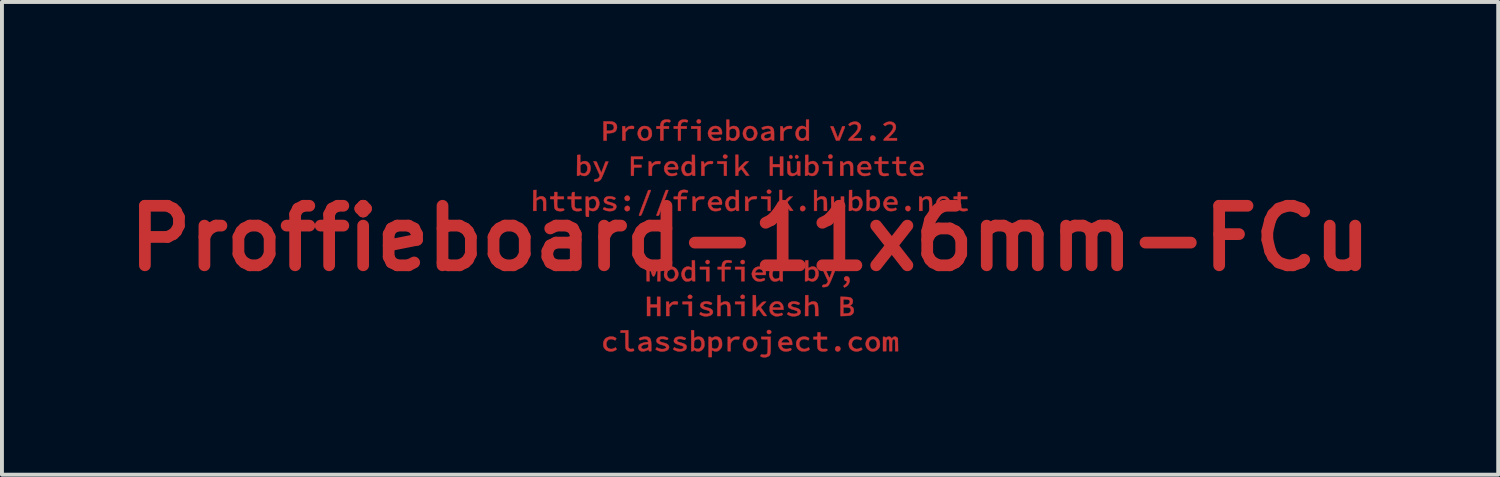
<source format=kicad_pcb>
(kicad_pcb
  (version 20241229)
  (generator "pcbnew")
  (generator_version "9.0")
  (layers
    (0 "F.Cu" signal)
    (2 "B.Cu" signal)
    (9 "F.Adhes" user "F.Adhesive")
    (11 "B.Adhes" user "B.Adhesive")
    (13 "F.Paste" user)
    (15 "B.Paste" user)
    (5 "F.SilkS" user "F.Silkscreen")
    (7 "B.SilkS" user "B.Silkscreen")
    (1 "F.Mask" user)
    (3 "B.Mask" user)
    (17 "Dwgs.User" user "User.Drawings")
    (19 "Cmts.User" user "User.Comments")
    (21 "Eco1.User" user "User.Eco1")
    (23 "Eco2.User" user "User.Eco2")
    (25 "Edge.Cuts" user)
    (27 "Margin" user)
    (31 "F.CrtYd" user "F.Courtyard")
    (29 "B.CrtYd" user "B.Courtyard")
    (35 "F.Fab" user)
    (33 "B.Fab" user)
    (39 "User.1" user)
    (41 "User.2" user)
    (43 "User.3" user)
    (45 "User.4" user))
  (footprint "Proffieboard-11x6mm-FCu"
    (layer "F.Cu")
    (at 16.154 3.053)
    (property "Reference" "Proffieboard-11x6mm-FCu" (at 0 0 0) (layer "F.Cu") (effects (font (size 1.524 1.524) (thickness 0.3))))
    (attr through_hole)
    (fp_poly (pts (xy -1.488 1.987) (xy -1.569 1.987) (xy -1.569 1.684) (xy -1.729 1.684) (xy -1.729 1.622) (xy -1.488 1.622) (xy -1.488 1.987)) (stroke (width 0.01) (type solid)) (fill yes) (layer "F.Cu"))
    (fp_poly (pts (xy -1.266 -2.504) (xy -1.346 -2.504) (xy -1.346 -2.807) (xy -1.506 -2.807) (xy -1.506 -2.87) (xy -1.266 -2.87) (xy -1.266 -2.504)) (stroke (width 0.01) (type solid)) (fill yes) (layer "F.Cu"))
    (fp_poly (pts (xy -1.043 1.096) (xy -1.123 1.096) (xy -1.123 0.793) (xy -1.283 0.793) (xy -1.283 0.731) (xy -1.043 0.731) (xy -1.043 1.096)) (stroke (width 0.01) (type solid)) (fill yes) (layer "F.Cu"))
    (fp_poly (pts (xy -0.143 1.096) (xy -0.223 1.096) (xy -0.223 0.793) (xy -0.383 0.793) (xy -0.383 0.731) (xy -0.143 0.731) (xy -0.143 1.096)) (stroke (width 0.01) (type solid)) (fill yes) (layer "F.Cu"))
    (fp_poly (pts (xy -0.143 1.987) (xy -0.223 1.987) (xy -0.223 1.684) (xy -0.383 1.684) (xy -0.383 1.622) (xy -0.143 1.622) (xy -0.143 1.987)) (stroke (width 0.01) (type solid)) (fill yes) (layer "F.Cu"))
    (fp_poly (pts (xy 2.103 -1.604) (xy 2.023 -1.604) (xy 2.023 -1.907) (xy 1.863 -1.907) (xy 1.863 -1.97) (xy 2.103 -1.97) (xy 2.103 -1.604)) (stroke (width 0.01) (type solid)) (fill yes) (layer "F.Cu"))
    (fp_poly (pts (xy -0.597 -1.604) (xy -0.668 -1.604) (xy -0.668 -1.907) (xy -0.751 -1.909) (xy -0.833 -1.912) (xy -0.836 -1.941) (xy -0.839 -1.97) (xy -0.597 -1.97) (xy -0.597 -1.604)) (stroke (width 0.01) (type solid)) (fill yes) (layer "F.Cu"))
    (fp_poly (pts (xy 0.526 -0.704) (xy 0.455 -0.704) (xy 0.455 -1.006) (xy 0.372 -1.009) (xy 0.29 -1.012) (xy 0.287 -1.041) (xy 0.284 -1.069) (xy 0.526 -1.069) (xy 0.526 -0.704)) (stroke (width 0.01) (type solid)) (fill yes) (layer "F.Cu"))
    (fp_poly (pts (xy -2.745 -2.032) (xy -2.977 -2.032) (xy -2.977 -1.88) (xy -2.781 -1.88) (xy -2.781 -1.819) (xy -2.876 -1.816) (xy -2.972 -1.814) (xy -2.975 -1.709) (xy -2.977 -1.604) (xy -3.048 -1.604) (xy -3.048 -2.094) (xy -2.745 -2.094) (xy -2.745 -2.032)) (stroke (width 0.01) (type solid)) (fill yes) (layer "F.Cu"))
    (fp_poly (pts (xy -2.558 1.693) (xy -2.38 1.693) (xy -2.38 1.497) (xy -2.299 1.497) (xy -2.299 1.987) (xy -2.38 1.987) (xy -2.38 1.765) (xy -2.558 1.765) (xy -2.558 1.987) (xy -2.638 1.987) (xy -2.638 1.497) (xy -2.558 1.497) (xy -2.558 1.693)) (stroke (width 0.01) (type solid)) (fill yes) (layer "F.Cu"))
    (fp_poly (pts (xy 0.579 -1.898) (xy 0.766 -1.898) (xy 0.766 -2.094) (xy 0.847 -2.094) (xy 0.847 -1.604) (xy 0.766 -1.604) (xy 0.766 -1.827) (xy 0.579 -1.827) (xy 0.579 -1.604) (xy 0.508 -1.604) (xy 0.508 -2.094) (xy 0.579 -2.094) (xy 0.579 -1.898)) (stroke (width 0.01) (type solid)) (fill yes) (layer "F.Cu"))
    (fp_poly (pts (xy -1.072 0.555) (xy -1.049 0.569) (xy -1.036 0.593) (xy -1.034 0.608) (xy -1.041 0.633) (xy -1.06 0.651) (xy -1.085 0.659) (xy -1.111 0.655) (xy -1.126 0.643) (xy -1.139 0.618) (xy -1.138 0.59) (xy -1.124 0.567) (xy -1.099 0.554) (xy -1.072 0.555)) (stroke (width 0.01) (type solid)) (fill yes) (layer "F.Cu"))
    (fp_poly (pts (xy -1.283 -3.041) (xy -1.265 -3.022) (xy -1.257 -2.997) (xy -1.261 -2.972) (xy -1.273 -2.956) (xy -1.296 -2.944) (xy -1.323 -2.942) (xy -1.342 -2.948) (xy -1.361 -2.969) (xy -1.367 -2.995) (xy -1.363 -3.015) (xy -1.346 -3.037) (xy -1.325 -3.047) (xy -1.309 -3.048) (xy -1.283 -3.041)) (stroke (width 0.01) (type solid)) (fill yes) (layer "F.Cu"))
    (fp_poly (pts (xy -0.16 0.56) (xy -0.142 0.579) (xy -0.134 0.603) (xy -0.138 0.629) (xy -0.15 0.645) (xy -0.173 0.657) (xy -0.2 0.659) (xy -0.219 0.653) (xy -0.238 0.632) (xy -0.244 0.605) (xy -0.24 0.586) (xy -0.223 0.563) (xy -0.202 0.554) (xy -0.186 0.553) (xy -0.16 0.56)) (stroke (width 0.01) (type solid)) (fill yes) (layer "F.Cu"))
    (fp_poly (pts (xy -0.16 1.451) (xy -0.142 1.47) (xy -0.134 1.495) (xy -0.138 1.52) (xy -0.15 1.536) (xy -0.173 1.548) (xy -0.2 1.55) (xy -0.219 1.544) (xy -0.238 1.523) (xy -0.244 1.497) (xy -0.24 1.477) (xy -0.223 1.455) (xy -0.202 1.445) (xy -0.186 1.444) (xy -0.16 1.451)) (stroke (width 0.01) (type solid)) (fill yes) (layer "F.Cu"))
    (fp_poly (pts (xy 1.052 -2.134) (xy 1.065 -2.126) (xy 1.082 -2.107) (xy 1.088 -2.081) (xy 1.081 -2.058) (xy 1.077 -2.052) (xy 1.056 -2.042) (xy 1.031 -2.044) (xy 1.012 -2.055) (xy 0.999 -2.079) (xy 1.002 -2.104) (xy 1.019 -2.125) (xy 1.02 -2.126) (xy 1.038 -2.136) (xy 1.052 -2.134)) (stroke (width 0.01) (type solid)) (fill yes) (layer "F.Cu"))
    (fp_poly (pts (xy 1.203 -2.134) (xy 1.217 -2.126) (xy 1.235 -2.106) (xy 1.239 -2.082) (xy 1.231 -2.06) (xy 1.211 -2.045) (xy 1.191 -2.041) (xy 1.174 -2.047) (xy 1.164 -2.055) (xy 1.151 -2.079) (xy 1.153 -2.104) (xy 1.17 -2.125) (xy 1.172 -2.126) (xy 1.189 -2.136) (xy 1.203 -2.134)) (stroke (width 0.01) (type solid)) (fill yes) (layer "F.Cu"))
    (fp_poly (pts (xy 2.086 -2.14) (xy 2.104 -2.122) (xy 2.112 -2.097) (xy 2.107 -2.071) (xy 2.096 -2.056) (xy 2.073 -2.044) (xy 2.046 -2.042) (xy 2.027 -2.048) (xy 2.008 -2.069) (xy 2.002 -2.095) (xy 2.006 -2.114) (xy 2.023 -2.137) (xy 2.044 -2.147) (xy 2.06 -2.148) (xy 2.086 -2.14)) (stroke (width 0.01) (type solid)) (fill yes) (layer "F.Cu"))
    (fp_poly (pts (xy -3.116 -1.088) (xy -3.092 -1.068) (xy -3.077 -1.042) (xy -3.075 -1.028) (xy -3.082 -0.996) (xy -3.102 -0.973) (xy -3.128 -0.959) (xy -3.157 -0.958) (xy -3.18 -0.967) (xy -3.203 -0.992) (xy -3.212 -1.022) (xy -3.208 -1.051) (xy -3.192 -1.076) (xy -3.167 -1.092) (xy -3.143 -1.096) (xy -3.116 -1.088)) (stroke (width 0.01) (type solid)) (fill yes) (layer "F.Cu"))
    (fp_poly (pts (xy -0.61 -2.139) (xy -0.589 -2.123) (xy -0.58 -2.099) (xy -0.579 -2.094) (xy -0.587 -2.071) (xy -0.606 -2.052) (xy -0.631 -2.041) (xy -0.637 -2.041) (xy -0.66 -2.047) (xy -0.677 -2.059) (xy -0.693 -2.083) (xy -0.691 -2.11) (xy -0.681 -2.128) (xy -0.661 -2.144) (xy -0.636 -2.147) (xy -0.61 -2.139)) (stroke (width 0.01) (type solid)) (fill yes) (layer "F.Cu"))
    (fp_poly (pts (xy 0.513 -1.239) (xy 0.534 -1.222) (xy 0.543 -1.199) (xy 0.544 -1.194) (xy 0.536 -1.171) (xy 0.517 -1.152) (xy 0.492 -1.141) (xy 0.486 -1.141) (xy 0.463 -1.147) (xy 0.446 -1.159) (xy 0.43 -1.183) (xy 0.432 -1.21) (xy 0.442 -1.228) (xy 0.462 -1.243) (xy 0.487 -1.246) (xy 0.513 -1.239)) (stroke (width 0.01) (type solid)) (fill yes) (layer "F.Cu"))
    (fp_poly (pts (xy 0.513 2.353) (xy 0.534 2.369) (xy 0.543 2.393) (xy 0.544 2.397) (xy 0.536 2.42) (xy 0.517 2.44) (xy 0.492 2.45) (xy 0.486 2.451) (xy 0.463 2.445) (xy 0.446 2.433) (xy 0.43 2.408) (xy 0.432 2.382) (xy 0.442 2.364) (xy 0.462 2.348) (xy 0.487 2.345) (xy 0.513 2.353)) (stroke (width 0.01) (type solid)) (fill yes) (layer "F.Cu"))
    (fp_poly (pts (xy 2.277 2.767) (xy 2.301 2.787) (xy 2.313 2.815) (xy 2.314 2.838) (xy 2.3 2.869) (xy 2.275 2.89) (xy 2.246 2.896) (xy 2.22 2.891) (xy 2.202 2.881) (xy 2.183 2.855) (xy 2.178 2.826) (xy 2.186 2.797) (xy 2.204 2.774) (xy 2.232 2.761) (xy 2.246 2.76) (xy 2.277 2.767)) (stroke (width 0.01) (type solid)) (fill yes) (layer "F.Cu"))
    (fp_poly (pts (xy 4.075 -0.825) (xy 4.098 -0.804) (xy 4.108 -0.771) (xy 4.109 -0.763) (xy 4.101 -0.732) (xy 4.083 -0.71) (xy 4.057 -0.697) (xy 4.029 -0.697) (xy 4.003 -0.709) (xy 3.993 -0.719) (xy 3.977 -0.75) (xy 3.976 -0.781) (xy 3.988 -0.808) (xy 4.011 -0.826) (xy 4.042 -0.832) (xy 4.075 -0.825)) (stroke (width 0.01) (type solid)) (fill yes) (layer "F.Cu"))
    (fp_poly (pts (xy -3.113 -0.827) (xy -3.092 -0.809) (xy -3.079 -0.784) (xy -3.077 -0.755) (xy -3.088 -0.727) (xy -3.097 -0.717) (xy -3.124 -0.7) (xy -3.155 -0.696) (xy -3.183 -0.705) (xy -3.184 -0.706) (xy -3.205 -0.732) (xy -3.212 -0.762) (xy -3.205 -0.793) (xy -3.185 -0.818) (xy -3.17 -0.827) (xy -3.139 -0.834) (xy -3.113 -0.827)) (stroke (width 0.01) (type solid)) (fill yes) (layer "F.Cu"))
    (fp_poly (pts (xy -1.512 1.451) (xy -1.491 1.469) (xy -1.48 1.491) (xy -1.479 1.497) (xy -1.487 1.52) (xy -1.507 1.54) (xy -1.531 1.55) (xy -1.537 1.551) (xy -1.56 1.545) (xy -1.577 1.533) (xy -1.591 1.514) (xy -1.595 1.497) (xy -1.587 1.474) (xy -1.568 1.455) (xy -1.544 1.444) (xy -1.537 1.444) (xy -1.512 1.451)) (stroke (width 0.01) (type solid)) (fill yes) (layer "F.Cu"))
    (fp_poly (pts (xy 1.379 -0.827) (xy 1.4 -0.809) (xy 1.413 -0.784) (xy 1.415 -0.755) (xy 1.404 -0.727) (xy 1.395 -0.717) (xy 1.368 -0.7) (xy 1.337 -0.696) (xy 1.309 -0.705) (xy 1.308 -0.706) (xy 1.287 -0.732) (xy 1.28 -0.762) (xy 1.287 -0.793) (xy 1.307 -0.818) (xy 1.322 -0.827) (xy 1.352 -0.834) (xy 1.379 -0.827)) (stroke (width 0.01) (type solid)) (fill yes) (layer "F.Cu"))
    (fp_poly (pts (xy 3.155 -2.632) (xy 3.18 -2.622) (xy 3.2 -2.603) (xy 3.211 -2.577) (xy 3.209 -2.546) (xy 3.207 -2.541) (xy 3.19 -2.512) (xy 3.163 -2.497) (xy 3.133 -2.497) (xy 3.104 -2.511) (xy 3.097 -2.517) (xy 3.079 -2.543) (xy 3.076 -2.572) (xy 3.085 -2.597) (xy 3.103 -2.622) (xy 3.128 -2.633) (xy 3.155 -2.632)) (stroke (width 0.01) (type solid)) (fill yes) (layer "F.Cu"))
    (fp_poly (pts (xy -2.998 -2.877) (xy -2.978 -2.869) (xy -2.97 -2.855) (xy -2.971 -2.833) (xy -2.977 -2.803) (xy -3.112 -2.803) (xy -3.151 -2.761) (xy -3.191 -2.719) (xy -3.191 -2.504) (xy -3.271 -2.504) (xy -3.271 -2.87) (xy -3.2 -2.87) (xy -3.2 -2.789) (xy -3.167 -2.821) (xy -3.124 -2.856) (xy -3.078 -2.874) (xy -3.033 -2.879) (xy -2.998 -2.877)) (stroke (width 0.01) (type solid)) (fill yes) (layer "F.Cu"))
    (fp_poly (pts (xy -1.875 1.615) (xy -1.855 1.622) (xy -1.847 1.636) (xy -1.848 1.659) (xy -1.854 1.689) (xy -1.989 1.689) (xy -2.028 1.731) (xy -2.068 1.773) (xy -2.068 1.987) (xy -2.148 1.987) (xy -2.148 1.622) (xy -2.077 1.622) (xy -2.077 1.703) (xy -2.044 1.67) (xy -2.001 1.636) (xy -1.955 1.618) (xy -1.91 1.613) (xy -1.875 1.615)) (stroke (width 0.01) (type solid)) (fill yes) (layer "F.Cu"))
    (fp_poly (pts (xy -2.1 -3.041) (xy -2.064 -3.034) (xy -2.045 -3.021) (xy -2.041 -3.01) (xy -2.044 -2.986) (xy -2.056 -2.975) (xy -2.079 -2.975) (xy -2.091 -2.978) (xy -2.137 -2.983) (xy -2.174 -2.974) (xy -2.201 -2.953) (xy -2.217 -2.92) (xy -2.219 -2.896) (xy -2.219 -2.87) (xy -2.077 -2.87) (xy -2.077 -2.807) (xy -2.219 -2.807) (xy -2.219 -2.504) (xy -2.299 -2.504) (xy -2.299 -2.807) (xy -2.397 -2.807) (xy -2.397 -2.87) (xy -2.302 -2.87) (xy -2.296 -2.912) (xy -2.282 -2.964) (xy -2.256 -3.003) (xy -2.219 -3.029) (xy -2.17 -3.041) (xy -2.153 -3.042) (xy -2.1 -3.041)) (stroke (width 0.01) (type solid)) (fill yes) (layer "F.Cu"))
    (fp_poly (pts (xy -0.975 -1.976) (xy -0.955 -1.97) (xy -0.947 -1.957) (xy -0.949 -1.935) (xy -0.95 -1.933) (xy -0.956 -1.916) (xy -0.964 -1.908) (xy -0.979 -1.905) (xy -1.007 -1.906) (xy -1.007 -1.906) (xy -1.052 -1.905) (xy -1.086 -1.896) (xy -1.116 -1.875) (xy -1.135 -1.857) (xy -1.168 -1.824) (xy -1.168 -1.604) (xy -1.248 -1.604) (xy -1.248 -1.971) (xy -1.214 -1.968) (xy -1.193 -1.965) (xy -1.183 -1.958) (xy -1.179 -1.94) (xy -1.178 -1.927) (xy -1.175 -1.889) (xy -1.153 -1.915) (xy -1.117 -1.947) (xy -1.07 -1.969) (xy -1.019 -1.978) (xy -1.011 -1.978) (xy -0.975 -1.976)) (stroke (width 0.01) (type solid)) (fill yes) (layer "F.Cu"))
    (fp_poly (pts (xy 0.148 -1.076) (xy 0.168 -1.07) (xy 0.176 -1.057) (xy 0.174 -1.035) (xy 0.173 -1.033) (xy 0.167 -1.016) (xy 0.159 -1.008) (xy 0.144 -1.005) (xy 0.116 -1.006) (xy 0.115 -1.006) (xy 0.071 -1.005) (xy 0.037 -0.996) (xy 0.006 -0.975) (xy -0.012 -0.957) (xy -0.045 -0.924) (xy -0.045 -0.704) (xy -0.125 -0.704) (xy -0.125 -1.071) (xy -0.091 -1.068) (xy -0.07 -1.065) (xy -0.06 -1.058) (xy -0.056 -1.04) (xy -0.055 -1.027) (xy -0.052 -0.989) (xy -0.03 -1.015) (xy 0.006 -1.047) (xy 0.053 -1.069) (xy 0.104 -1.078) (xy 0.112 -1.078) (xy 0.148 -1.076)) (stroke (width 0.01) (type solid)) (fill yes) (layer "F.Cu"))
    (fp_poly (pts (xy 0.82 -0.887) (xy 0.911 -0.978) (xy 0.947 -1.014) (xy 0.973 -1.039) (xy 0.992 -1.055) (xy 1.007 -1.064) (xy 1.021 -1.068) (xy 1.036 -1.069) (xy 1.047 -1.069) (xy 1.091 -1.069) (xy 1.019 -0.996) (xy 0.946 -0.922) (xy 1.104 -0.709) (xy 1.063 -0.706) (xy 1.031 -0.706) (xy 1.016 -0.714) (xy 1.015 -0.715) (xy 1.007 -0.726) (xy 0.991 -0.749) (xy 0.97 -0.779) (xy 0.954 -0.801) (xy 0.899 -0.876) (xy 0.859 -0.837) (xy 0.837 -0.814) (xy 0.826 -0.796) (xy 0.821 -0.777) (xy 0.82 -0.751) (xy 0.82 -0.704) (xy 0.749 -0.704) (xy 0.749 -1.239) (xy 0.82 -1.239) (xy 0.82 -0.887)) (stroke (width 0.01) (type solid)) (fill yes) (layer "F.Cu"))
    (fp_poly (pts (xy 1.711 -1.015) (xy 1.747 -1.044) (xy 1.791 -1.068) (xy 1.839 -1.078) (xy 1.889 -1.071) (xy 1.901 -1.066) (xy 1.924 -1.054) (xy 1.941 -1.037) (xy 1.954 -1.012) (xy 1.962 -0.978) (xy 1.967 -0.933) (xy 1.969 -0.873) (xy 1.969 -0.84) (xy 1.97 -0.704) (xy 1.889 -0.704) (xy 1.889 -0.837) (xy 1.889 -0.89) (xy 1.888 -0.928) (xy 1.886 -0.954) (xy 1.883 -0.971) (xy 1.878 -0.983) (xy 1.873 -0.989) (xy 1.849 -1.007) (xy 1.816 -1.011) (xy 1.779 -1.002) (xy 1.748 -0.986) (xy 1.711 -0.96) (xy 1.711 -0.704) (xy 1.64 -0.704) (xy 1.64 -1.239) (xy 1.711 -1.239) (xy 1.711 -1.015)) (stroke (width 0.01) (type solid)) (fill yes) (layer "F.Cu"))
    (fp_poly (pts (xy -0.303 -1.787) (xy -0.212 -1.878) (xy -0.176 -1.914) (xy -0.15 -1.939) (xy -0.131 -1.955) (xy -0.116 -1.964) (xy -0.102 -1.968) (xy -0.087 -1.97) (xy -0.076 -1.97) (xy -0.032 -1.97) (xy -0.104 -1.896) (xy -0.177 -1.823) (xy -0.098 -1.716) (xy -0.019 -1.609) (xy -0.06 -1.606) (xy -0.092 -1.607) (xy -0.107 -1.614) (xy -0.108 -1.615) (xy -0.116 -1.627) (xy -0.132 -1.649) (xy -0.153 -1.679) (xy -0.169 -1.701) (xy -0.224 -1.776) (xy -0.264 -1.737) (xy -0.286 -1.714) (xy -0.297 -1.697) (xy -0.302 -1.677) (xy -0.303 -1.651) (xy -0.303 -1.604) (xy -0.374 -1.604) (xy -0.374 -2.139) (xy -0.303 -2.139) (xy -0.303 -1.787)) (stroke (width 0.01) (type solid)) (fill yes) (layer "F.Cu"))
    (fp_poly (pts (xy 2.506 0.979) (xy 2.53 0.998) (xy 2.544 1.027) (xy 2.55 1.062) (xy 2.547 1.101) (xy 2.535 1.141) (xy 2.515 1.179) (xy 2.487 1.213) (xy 2.455 1.236) (xy 2.43 1.25) (xy 2.416 1.255) (xy 2.408 1.251) (xy 2.4 1.237) (xy 2.399 1.235) (xy 2.395 1.221) (xy 2.399 1.21) (xy 2.415 1.197) (xy 2.425 1.19) (xy 2.451 1.168) (xy 2.47 1.143) (xy 2.474 1.136) (xy 2.483 1.113) (xy 2.484 1.101) (xy 2.476 1.096) (xy 2.46 1.092) (xy 2.43 1.078) (xy 2.413 1.057) (xy 2.408 1.031) (xy 2.414 1.006) (xy 2.431 0.985) (xy 2.458 0.973) (xy 2.474 0.971) (xy 2.506 0.979)) (stroke (width 0.01) (type solid)) (fill yes) (layer "F.Cu"))
    (fp_poly (pts (xy -3.119 2.79) (xy -3.096 2.813) (xy -3.081 2.826) (xy -3.066 2.832) (xy -3.043 2.832) (xy -3.026 2.83) (xy -2.999 2.827) (xy -2.984 2.829) (xy -2.977 2.836) (xy -2.974 2.845) (xy -2.969 2.866) (xy -2.973 2.877) (xy -2.989 2.884) (xy -2.996 2.887) (xy -3.039 2.895) (xy -3.086 2.894) (xy -3.126 2.883) (xy -3.15 2.867) (xy -3.171 2.844) (xy -3.173 2.841) (xy -3.178 2.83) (xy -3.183 2.818) (xy -3.186 2.802) (xy -3.188 2.779) (xy -3.19 2.747) (xy -3.19 2.704) (xy -3.191 2.646) (xy -3.191 2.614) (xy -3.191 2.415) (xy -3.316 2.415) (xy -3.311 2.357) (xy -3.215 2.355) (xy -3.119 2.352) (xy -3.119 2.79)) (stroke (width 0.01) (type solid)) (fill yes) (layer "F.Cu"))
    (fp_poly (pts (xy -2.334 -1.976) (xy -2.308 -1.973) (xy -2.294 -1.967) (xy -2.293 -1.956) (xy -2.296 -1.936) (xy -2.297 -1.933) (xy -2.305 -1.904) (xy -2.36 -1.906) (xy -2.413 -1.902) (xy -2.455 -1.885) (xy -2.49 -1.853) (xy -2.495 -1.845) (xy -2.503 -1.832) (xy -2.508 -1.816) (xy -2.511 -1.794) (xy -2.513 -1.762) (xy -2.513 -1.716) (xy -2.513 -1.712) (xy -2.513 -1.604) (xy -2.593 -1.604) (xy -2.593 -1.97) (xy -2.563 -1.97) (xy -2.543 -1.968) (xy -2.533 -1.96) (xy -2.528 -1.941) (xy -2.527 -1.934) (xy -2.521 -1.898) (xy -2.487 -1.928) (xy -2.459 -1.949) (xy -2.43 -1.965) (xy -2.42 -1.97) (xy -2.396 -1.974) (xy -2.365 -1.976) (xy -2.334 -1.976)) (stroke (width 0.01) (type solid)) (fill yes) (layer "F.Cu"))
    (fp_poly (pts (xy -1.649 -3.039) (xy -1.615 -3.032) (xy -1.596 -3.023) (xy -1.59 -3.012) (xy -1.593 -2.996) (xy -1.594 -2.992) (xy -1.601 -2.978) (xy -1.611 -2.973) (xy -1.63 -2.976) (xy -1.64 -2.978) (xy -1.683 -2.982) (xy -1.72 -2.977) (xy -1.748 -2.962) (xy -1.751 -2.959) (xy -1.762 -2.939) (xy -1.77 -2.912) (xy -1.771 -2.906) (xy -1.776 -2.87) (xy -1.622 -2.87) (xy -1.622 -2.807) (xy -1.774 -2.807) (xy -1.774 -2.504) (xy -1.845 -2.504) (xy -1.845 -2.807) (xy -1.952 -2.807) (xy -1.952 -2.87) (xy -1.845 -2.87) (xy -1.845 -2.906) (xy -1.837 -2.955) (xy -1.816 -2.994) (xy -1.782 -3.023) (xy -1.737 -3.039) (xy -1.684 -3.043) (xy -1.649 -3.039)) (stroke (width 0.01) (type solid)) (fill yes) (layer "F.Cu"))
    (fp_poly (pts (xy -1.649 -1.239) (xy -1.615 -1.231) (xy -1.596 -1.223) (xy -1.59 -1.212) (xy -1.593 -1.195) (xy -1.594 -1.192) (xy -1.601 -1.178) (xy -1.611 -1.173) (xy -1.63 -1.175) (xy -1.64 -1.177) (xy -1.683 -1.182) (xy -1.72 -1.176) (xy -1.748 -1.162) (xy -1.751 -1.158) (xy -1.762 -1.139) (xy -1.77 -1.112) (xy -1.771 -1.106) (xy -1.776 -1.069) (xy -1.622 -1.069) (xy -1.622 -1.007) (xy -1.774 -1.007) (xy -1.774 -0.704) (xy -1.845 -0.704) (xy -1.845 -1.007) (xy -1.952 -1.007) (xy -1.952 -1.069) (xy -1.845 -1.069) (xy -1.845 -1.106) (xy -1.837 -1.155) (xy -1.816 -1.194) (xy -1.782 -1.222) (xy -1.737 -1.239) (xy -1.684 -1.243) (xy -1.649 -1.239)) (stroke (width 0.01) (type solid)) (fill yes) (layer "F.Cu"))
    (fp_poly (pts (xy -1.211 -1.076) (xy -1.185 -1.073) (xy -1.171 -1.067) (xy -1.17 -1.056) (xy -1.173 -1.036) (xy -1.174 -1.033) (xy -1.182 -1.004) (xy -1.237 -1.006) (xy -1.29 -1.002) (xy -1.332 -0.985) (xy -1.367 -0.952) (xy -1.372 -0.945) (xy -1.38 -0.932) (xy -1.385 -0.916) (xy -1.388 -0.894) (xy -1.39 -0.862) (xy -1.39 -0.816) (xy -1.39 -0.812) (xy -1.39 -0.704) (xy -1.471 -0.704) (xy -1.471 -1.069) (xy -1.44 -1.069) (xy -1.42 -1.068) (xy -1.41 -1.06) (xy -1.405 -1.041) (xy -1.404 -1.034) (xy -1.398 -0.998) (xy -1.364 -1.028) (xy -1.337 -1.049) (xy -1.307 -1.065) (xy -1.297 -1.069) (xy -1.273 -1.074) (xy -1.242 -1.076) (xy -1.211 -1.076)) (stroke (width 0.01) (type solid)) (fill yes) (layer "F.Cu"))
    (fp_poly (pts (xy -0.753 1.667) (xy -0.72 1.643) (xy -0.678 1.622) (xy -0.631 1.614) (xy -0.585 1.62) (xy -0.568 1.626) (xy -0.546 1.639) (xy -0.53 1.655) (xy -0.518 1.677) (xy -0.51 1.708) (xy -0.505 1.751) (xy -0.502 1.807) (xy -0.501 1.847) (xy -0.498 1.987) (xy -0.579 1.987) (xy -0.579 1.862) (xy -0.58 1.802) (xy -0.583 1.756) (xy -0.588 1.724) (xy -0.597 1.703) (xy -0.61 1.69) (xy -0.628 1.682) (xy -0.632 1.681) (xy -0.669 1.682) (xy -0.709 1.698) (xy -0.732 1.712) (xy -0.758 1.73) (xy -0.758 1.987) (xy -0.838 1.987) (xy -0.836 1.722) (xy -0.833 1.457) (xy -0.796 1.454) (xy -0.758 1.452) (xy -0.753 1.667)) (stroke (width 0.01) (type solid)) (fill yes) (layer "F.Cu"))
    (fp_poly (pts (xy -0.526 0.562) (xy -0.492 0.569) (xy -0.473 0.577) (xy -0.467 0.588) (xy -0.47 0.605) (xy -0.471 0.608) (xy -0.478 0.622) (xy -0.488 0.627) (xy -0.507 0.625) (xy -0.517 0.623) (xy -0.56 0.618) (xy -0.597 0.624) (xy -0.625 0.639) (xy -0.628 0.642) (xy -0.639 0.661) (xy -0.647 0.688) (xy -0.648 0.694) (xy -0.653 0.731) (xy -0.499 0.731) (xy -0.499 0.793) (xy -0.651 0.793) (xy -0.651 1.096) (xy -0.722 1.096) (xy -0.722 0.793) (xy -0.829 0.793) (xy -0.829 0.731) (xy -0.722 0.731) (xy -0.722 0.694) (xy -0.714 0.646) (xy -0.693 0.606) (xy -0.659 0.578) (xy -0.614 0.561) (xy -0.561 0.557) (xy -0.526 0.562)) (stroke (width 0.01) (type solid)) (fill yes) (layer "F.Cu"))
    (fp_poly (pts (xy -0.3 2.518) (xy -0.279 2.521) (xy -0.272 2.523) (xy -0.271 2.534) (xy -0.275 2.554) (xy -0.276 2.558) (xy -0.285 2.589) (xy -0.341 2.586) (xy -0.375 2.586) (xy -0.399 2.59) (xy -0.42 2.599) (xy -0.428 2.604) (xy -0.456 2.626) (xy -0.476 2.649) (xy -0.489 2.677) (xy -0.496 2.713) (xy -0.499 2.762) (xy -0.499 2.786) (xy -0.499 2.888) (xy -0.57 2.888) (xy -0.57 2.522) (xy -0.539 2.522) (xy -0.518 2.524) (xy -0.51 2.531) (xy -0.508 2.551) (xy -0.508 2.553) (xy -0.505 2.579) (xy -0.497 2.588) (xy -0.482 2.58) (xy -0.471 2.57) (xy -0.428 2.536) (xy -0.378 2.518) (xy -0.328 2.515) (xy -0.3 2.518)) (stroke (width 0.01) (type solid)) (fill yes) (layer "F.Cu"))
    (fp_poly (pts (xy 1.035 -2.876) (xy 1.061 -2.873) (xy 1.075 -2.868) (xy 1.076 -2.857) (xy 1.072 -2.836) (xy 1.072 -2.833) (xy 1.064 -2.804) (xy 1.009 -2.806) (xy 0.956 -2.802) (xy 0.914 -2.785) (xy 0.879 -2.753) (xy 0.874 -2.745) (xy 0.866 -2.732) (xy 0.861 -2.716) (xy 0.858 -2.694) (xy 0.856 -2.662) (xy 0.856 -2.616) (xy 0.856 -2.612) (xy 0.856 -2.504) (xy 0.775 -2.504) (xy 0.775 -2.87) (xy 0.806 -2.87) (xy 0.825 -2.868) (xy 0.835 -2.861) (xy 0.841 -2.842) (xy 0.842 -2.834) (xy 0.848 -2.798) (xy 0.882 -2.828) (xy 0.909 -2.849) (xy 0.939 -2.866) (xy 0.949 -2.87) (xy 0.973 -2.874) (xy 1.004 -2.877) (xy 1.035 -2.876)) (stroke (width 0.01) (type solid)) (fill yes) (layer "F.Cu"))
    (fp_poly (pts (xy 2.42 -2.87) (xy 2.426 -2.868) (xy 2.428 -2.861) (xy 2.426 -2.848) (xy 2.419 -2.826) (xy 2.407 -2.794) (xy 2.389 -2.751) (xy 2.366 -2.693) (xy 2.358 -2.674) (xy 2.292 -2.509) (xy 2.248 -2.506) (xy 2.204 -2.504) (xy 2.131 -2.682) (xy 2.11 -2.735) (xy 2.091 -2.782) (xy 2.076 -2.82) (xy 2.065 -2.849) (xy 2.059 -2.864) (xy 2.059 -2.866) (xy 2.067 -2.868) (xy 2.087 -2.869) (xy 2.097 -2.868) (xy 2.134 -2.865) (xy 2.192 -2.715) (xy 2.249 -2.565) (xy 2.266 -2.613) (xy 2.275 -2.64) (xy 2.29 -2.679) (xy 2.307 -2.724) (xy 2.323 -2.765) (xy 2.363 -2.87) (xy 2.399 -2.87) (xy 2.411 -2.87) (xy 2.42 -2.87)) (stroke (width 0.01) (type solid)) (fill yes) (layer "F.Cu"))
    (fp_poly (pts (xy -5.474 -1.13) (xy -5.477 -1.02) (xy -5.433 -1.049) (xy -5.387 -1.072) (xy -5.341 -1.08) (xy -5.298 -1.071) (xy -5.261 -1.048) (xy -5.243 -1.026) (xy -5.235 -1.013) (xy -5.23 -1) (xy -5.226 -0.984) (xy -5.224 -0.96) (xy -5.223 -0.927) (xy -5.223 -0.88) (xy -5.223 -0.85) (xy -5.223 -0.704) (xy -5.294 -0.704) (xy -5.294 -0.823) (xy -5.295 -0.884) (xy -5.297 -0.929) (xy -5.303 -0.961) (xy -5.311 -0.983) (xy -5.323 -0.998) (xy -5.34 -1.006) (xy -5.34 -1.006) (xy -5.378 -1.012) (xy -5.416 -1) (xy -5.443 -0.983) (xy -5.472 -0.962) (xy -5.472 -0.704) (xy -5.553 -0.704) (xy -5.55 -0.969) (xy -5.548 -1.234) (xy -5.471 -1.24) (xy -5.474 -1.13)) (stroke (width 0.01) (type solid)) (fill yes) (layer "F.Cu"))
    (fp_poly (pts (xy -2.541 -1.234) (xy -2.541 -1.233) (xy -2.544 -1.223) (xy -2.553 -1.199) (xy -2.566 -1.161) (xy -2.585 -1.113) (xy -2.606 -1.055) (xy -2.631 -0.99) (xy -2.658 -0.919) (xy -2.663 -0.905) (xy -2.694 -0.823) (xy -2.719 -0.757) (xy -2.74 -0.704) (xy -2.756 -0.663) (xy -2.769 -0.633) (xy -2.779 -0.611) (xy -2.787 -0.597) (xy -2.794 -0.588) (xy -2.801 -0.584) (xy -2.807 -0.582) (xy -2.812 -0.581) (xy -2.833 -0.581) (xy -2.845 -0.584) (xy -2.843 -0.593) (xy -2.835 -0.617) (xy -2.822 -0.654) (xy -2.805 -0.702) (xy -2.785 -0.76) (xy -2.761 -0.825) (xy -2.734 -0.896) (xy -2.728 -0.912) (xy -2.606 -1.234) (xy -2.573 -1.237) (xy -2.552 -1.237) (xy -2.541 -1.234)) (stroke (width 0.01) (type solid)) (fill yes) (layer "F.Cu"))
    (fp_poly (pts (xy 1.49 1.559) (xy 1.493 1.667) (xy 1.526 1.643) (xy 1.568 1.622) (xy 1.615 1.614) (xy 1.661 1.62) (xy 1.678 1.626) (xy 1.7 1.639) (xy 1.716 1.655) (xy 1.728 1.677) (xy 1.736 1.708) (xy 1.741 1.751) (xy 1.744 1.807) (xy 1.745 1.847) (xy 1.748 1.987) (xy 1.667 1.987) (xy 1.667 1.862) (xy 1.666 1.802) (xy 1.663 1.756) (xy 1.658 1.724) (xy 1.649 1.703) (xy 1.636 1.69) (xy 1.618 1.682) (xy 1.614 1.681) (xy 1.577 1.682) (xy 1.536 1.698) (xy 1.514 1.712) (xy 1.488 1.73) (xy 1.488 1.987) (xy 1.408 1.987) (xy 1.41 1.722) (xy 1.413 1.457) (xy 1.45 1.454) (xy 1.488 1.452) (xy 1.49 1.559)) (stroke (width 0.01) (type solid)) (fill yes) (layer "F.Cu"))
    (fp_poly (pts (xy 2.562 -1.972) (xy 2.598 -1.949) (xy 2.618 -1.926) (xy 2.625 -1.914) (xy 2.631 -1.901) (xy 2.634 -1.884) (xy 2.637 -1.86) (xy 2.638 -1.827) (xy 2.638 -1.78) (xy 2.638 -1.75) (xy 2.638 -1.604) (xy 2.567 -1.604) (xy 2.567 -1.723) (xy 2.566 -1.784) (xy 2.563 -1.829) (xy 2.558 -1.862) (xy 2.55 -1.884) (xy 2.538 -1.898) (xy 2.521 -1.906) (xy 2.52 -1.906) (xy 2.483 -1.912) (xy 2.445 -1.901) (xy 2.417 -1.883) (xy 2.388 -1.862) (xy 2.388 -1.604) (xy 2.308 -1.604) (xy 2.308 -1.971) (xy 2.342 -1.968) (xy 2.364 -1.964) (xy 2.375 -1.955) (xy 2.378 -1.942) (xy 2.381 -1.918) (xy 2.426 -1.948) (xy 2.473 -1.972) (xy 2.519 -1.98) (xy 2.562 -1.972)) (stroke (width 0.01) (type solid)) (fill yes) (layer "F.Cu"))
    (fp_poly (pts (xy 0.526 2.734) (xy 0.526 2.809) (xy 0.525 2.868) (xy 0.522 2.914) (xy 0.518 2.948) (xy 0.511 2.974) (xy 0.502 2.993) (xy 0.488 3.007) (xy 0.471 3.019) (xy 0.454 3.028) (xy 0.412 3.043) (xy 0.365 3.046) (xy 0.308 3.038) (xy 0.305 3.038) (xy 0.278 3.027) (xy 0.267 3.012) (xy 0.273 2.991) (xy 0.279 2.983) (xy 0.288 2.974) (xy 0.302 2.973) (xy 0.327 2.978) (xy 0.328 2.978) (xy 0.371 2.983) (xy 0.407 2.977) (xy 0.434 2.958) (xy 0.445 2.94) (xy 0.448 2.921) (xy 0.451 2.887) (xy 0.453 2.841) (xy 0.454 2.786) (xy 0.455 2.748) (xy 0.455 2.585) (xy 0.372 2.583) (xy 0.29 2.58) (xy 0.287 2.551) (xy 0.284 2.522) (xy 0.526 2.522) (xy 0.526 2.734)) (stroke (width 0.01) (type solid)) (fill yes) (layer "F.Cu"))
    (fp_poly (pts (xy -2.104 -1.237) (xy -2.095 -1.232) (xy -2.094 -1.231) (xy -2.097 -1.221) (xy -2.106 -1.196) (xy -2.12 -1.159) (xy -2.137 -1.111) (xy -2.159 -1.054) (xy -2.183 -0.989) (xy -2.207 -0.926) (xy -2.233 -0.856) (xy -2.258 -0.79) (xy -2.28 -0.732) (xy -2.299 -0.681) (xy -2.314 -0.642) (xy -2.324 -0.615) (xy -2.328 -0.604) (xy -2.338 -0.586) (xy -2.354 -0.58) (xy -2.367 -0.579) (xy -2.387 -0.582) (xy -2.397 -0.587) (xy -2.397 -0.588) (xy -2.394 -0.598) (xy -2.386 -0.622) (xy -2.373 -0.658) (xy -2.356 -0.705) (xy -2.336 -0.759) (xy -2.313 -0.819) (xy -2.289 -0.883) (xy -2.265 -0.949) (xy -2.24 -1.014) (xy -2.217 -1.076) (xy -2.195 -1.133) (xy -2.176 -1.183) (xy -2.161 -1.223) (xy -2.147 -1.236) (xy -2.125 -1.239) (xy -2.104 -1.237)) (stroke (width 0.01) (type solid)) (fill yes) (layer "F.Cu"))
    (fp_poly (pts (xy 3.616 -2.986) (xy 3.666 -2.97) (xy 3.702 -2.941) (xy 3.725 -2.901) (xy 3.734 -2.852) (xy 3.734 -2.847) (xy 3.73 -2.811) (xy 3.716 -2.773) (xy 3.691 -2.732) (xy 3.654 -2.686) (xy 3.611 -2.64) (xy 3.538 -2.567) (xy 3.761 -2.567) (xy 3.761 -2.504) (xy 3.422 -2.504) (xy 3.422 -2.526) (xy 3.429 -2.546) (xy 3.45 -2.572) (xy 3.469 -2.59) (xy 3.532 -2.65) (xy 3.582 -2.7) (xy 3.619 -2.744) (xy 3.644 -2.782) (xy 3.658 -2.816) (xy 3.663 -2.847) (xy 3.663 -2.848) (xy 3.656 -2.882) (xy 3.636 -2.907) (xy 3.606 -2.922) (xy 3.57 -2.927) (xy 3.53 -2.92) (xy 3.49 -2.9) (xy 3.484 -2.896) (xy 3.456 -2.876) (xy 3.412 -2.921) (xy 3.452 -2.949) (xy 3.504 -2.976) (xy 3.562 -2.988) (xy 3.616 -2.986)) (stroke (width 0.01) (type solid)) (fill yes) (layer "F.Cu"))
    (fp_poly (pts (xy -3.647 -2.994) (xy -3.602 -2.994) (xy -3.561 -2.992) (xy -3.527 -2.988) (xy -3.509 -2.985) (xy -3.465 -2.964) (xy -3.432 -2.932) (xy -3.412 -2.89) (xy -3.407 -2.842) (xy -3.412 -2.808) (xy -3.429 -2.766) (xy -3.454 -2.734) (xy -3.49 -2.713) (xy -3.539 -2.699) (xy -3.594 -2.693) (xy -3.672 -2.689) (xy -3.672 -2.504) (xy -3.752 -2.504) (xy -3.752 -2.754) (xy -3.672 -2.754) (xy -3.618 -2.754) (xy -3.583 -2.756) (xy -3.55 -2.762) (xy -3.534 -2.767) (xy -3.511 -2.78) (xy -3.495 -2.796) (xy -3.494 -2.797) (xy -3.485 -2.832) (xy -3.489 -2.87) (xy -3.506 -2.902) (xy -3.506 -2.903) (xy -3.518 -2.915) (xy -3.532 -2.923) (xy -3.552 -2.927) (xy -3.582 -2.93) (xy -3.6 -2.931) (xy -3.672 -2.934) (xy -3.672 -2.754) (xy -3.752 -2.754) (xy -3.752 -2.995) (xy -3.647 -2.994)) (stroke (width 0.01) (type solid)) (fill yes) (layer "F.Cu"))
    (fp_poly (pts (xy 1.026 -1.837) (xy 1.028 -1.784) (xy 1.03 -1.746) (xy 1.032 -1.72) (xy 1.036 -1.703) (xy 1.042 -1.691) (xy 1.046 -1.686) (xy 1.074 -1.666) (xy 1.109 -1.661) (xy 1.146 -1.671) (xy 1.181 -1.694) (xy 1.183 -1.695) (xy 1.191 -1.704) (xy 1.196 -1.714) (xy 1.2 -1.728) (xy 1.202 -1.751) (xy 1.203 -1.784) (xy 1.203 -1.832) (xy 1.203 -1.842) (xy 1.203 -1.97) (xy 1.283 -1.97) (xy 1.283 -1.604) (xy 1.252 -1.604) (xy 1.23 -1.606) (xy 1.22 -1.615) (xy 1.215 -1.63) (xy 1.21 -1.655) (xy 1.166 -1.625) (xy 1.118 -1.602) (xy 1.072 -1.595) (xy 1.025 -1.607) (xy 1.016 -1.611) (xy 0.995 -1.624) (xy 0.979 -1.64) (xy 0.967 -1.662) (xy 0.96 -1.692) (xy 0.956 -1.733) (xy 0.954 -1.788) (xy 0.954 -1.829) (xy 0.954 -1.97) (xy 1.023 -1.97) (xy 1.026 -1.837)) (stroke (width 0.01) (type solid)) (fill yes) (layer "F.Cu"))
    (fp_poly (pts (xy 2.149 -0.937) (xy 2.151 -0.884) (xy 2.153 -0.846) (xy 2.155 -0.82) (xy 2.159 -0.802) (xy 2.165 -0.791) (xy 2.169 -0.786) (xy 2.197 -0.766) (xy 2.232 -0.761) (xy 2.269 -0.771) (xy 2.304 -0.794) (xy 2.306 -0.795) (xy 2.314 -0.804) (xy 2.319 -0.814) (xy 2.323 -0.828) (xy 2.325 -0.851) (xy 2.326 -0.884) (xy 2.326 -0.932) (xy 2.326 -0.942) (xy 2.326 -1.069) (xy 2.406 -1.069) (xy 2.406 -0.704) (xy 2.375 -0.704) (xy 2.353 -0.706) (xy 2.343 -0.715) (xy 2.338 -0.73) (xy 2.333 -0.755) (xy 2.289 -0.725) (xy 2.241 -0.701) (xy 2.195 -0.695) (xy 2.148 -0.707) (xy 2.139 -0.711) (xy 2.118 -0.724) (xy 2.102 -0.74) (xy 2.09 -0.761) (xy 2.083 -0.792) (xy 2.079 -0.833) (xy 2.077 -0.887) (xy 2.077 -0.929) (xy 2.077 -1.069) (xy 2.146 -1.069) (xy 2.149 -0.937)) (stroke (width 0.01) (type solid)) (fill yes) (layer "F.Cu"))
    (fp_poly (pts (xy 4.586 -1.071) (xy 4.612 -1.061) (xy 4.632 -1.043) (xy 4.646 -1.016) (xy 4.655 -0.977) (xy 4.659 -0.925) (xy 4.661 -0.858) (xy 4.661 -0.842) (xy 4.661 -0.704) (xy 4.591 -0.704) (xy 4.588 -0.837) (xy 4.587 -0.89) (xy 4.585 -0.928) (xy 4.582 -0.954) (xy 4.578 -0.972) (xy 4.573 -0.983) (xy 4.569 -0.987) (xy 4.542 -1.006) (xy 4.507 -1.011) (xy 4.471 -1.003) (xy 4.437 -0.983) (xy 4.432 -0.979) (xy 4.424 -0.97) (xy 4.419 -0.961) (xy 4.415 -0.946) (xy 4.413 -0.925) (xy 4.412 -0.892) (xy 4.412 -0.846) (xy 4.412 -0.832) (xy 4.412 -0.704) (xy 4.331 -0.704) (xy 4.331 -1.069) (xy 4.362 -1.069) (xy 4.383 -1.067) (xy 4.394 -1.058) (xy 4.398 -1.042) (xy 4.404 -1.015) (xy 4.424 -1.032) (xy 4.468 -1.062) (xy 4.515 -1.076) (xy 4.551 -1.076) (xy 4.586 -1.071)) (stroke (width 0.01) (type solid)) (fill yes) (layer "F.Cu"))
    (fp_poly (pts (xy 5.392 -1.069) (xy 5.561 -1.069) (xy 5.561 -1.007) (xy 5.392 -1.007) (xy 5.392 -0.904) (xy 5.392 -0.86) (xy 5.393 -0.829) (xy 5.396 -0.809) (xy 5.401 -0.796) (xy 5.408 -0.785) (xy 5.415 -0.779) (xy 5.428 -0.767) (xy 5.442 -0.76) (xy 5.463 -0.758) (xy 5.494 -0.759) (xy 5.501 -0.759) (xy 5.534 -0.76) (xy 5.553 -0.759) (xy 5.563 -0.755) (xy 5.569 -0.746) (xy 5.571 -0.738) (xy 5.573 -0.723) (xy 5.568 -0.715) (xy 5.55 -0.708) (xy 5.539 -0.705) (xy 5.486 -0.696) (xy 5.435 -0.697) (xy 5.392 -0.707) (xy 5.383 -0.711) (xy 5.355 -0.73) (xy 5.335 -0.757) (xy 5.321 -0.795) (xy 5.314 -0.845) (xy 5.312 -0.906) (xy 5.312 -1.007) (xy 5.214 -1.007) (xy 5.214 -1.069) (xy 5.265 -1.071) (xy 5.316 -1.074) (xy 5.321 -1.185) (xy 5.392 -1.185) (xy 5.392 -1.069)) (stroke (width 0.01) (type solid)) (fill yes) (layer "F.Cu"))
    (fp_poly (pts (xy 1.459 2.527) (xy 1.467 2.53) (xy 1.496 2.546) (xy 1.51 2.559) (xy 1.51 2.575) (xy 1.503 2.589) (xy 1.489 2.61) (xy 1.447 2.592) (xy 1.4 2.579) (xy 1.355 2.582) (xy 1.315 2.597) (xy 1.284 2.625) (xy 1.263 2.663) (xy 1.257 2.706) (xy 1.265 2.749) (xy 1.286 2.784) (xy 1.318 2.811) (xy 1.356 2.828) (xy 1.399 2.833) (xy 1.441 2.824) (xy 1.468 2.809) (xy 1.495 2.79) (xy 1.51 2.812) (xy 1.521 2.831) (xy 1.521 2.844) (xy 1.509 2.856) (xy 1.487 2.869) (xy 1.445 2.885) (xy 1.394 2.893) (xy 1.342 2.893) (xy 1.296 2.883) (xy 1.295 2.882) (xy 1.25 2.857) (xy 1.215 2.82) (xy 1.192 2.774) (xy 1.181 2.724) (xy 1.182 2.671) (xy 1.197 2.621) (xy 1.218 2.586) (xy 1.254 2.553) (xy 1.301 2.529) (xy 1.353 2.516) (xy 1.408 2.515) (xy 1.459 2.527)) (stroke (width 0.01) (type solid)) (fill yes) (layer "F.Cu"))
    (fp_poly (pts (xy -4.937 -1.069) (xy -4.768 -1.069) (xy -4.768 -1.007) (xy -4.937 -1.007) (xy -4.939 -0.929) (xy -4.94 -0.878) (xy -4.939 -0.842) (xy -4.937 -0.817) (xy -4.932 -0.8) (xy -4.925 -0.788) (xy -4.914 -0.777) (xy -4.913 -0.776) (xy -4.898 -0.765) (xy -4.883 -0.759) (xy -4.861 -0.758) (xy -4.829 -0.76) (xy -4.794 -0.762) (xy -4.773 -0.759) (xy -4.763 -0.75) (xy -4.759 -0.732) (xy -4.759 -0.726) (xy -4.767 -0.714) (xy -4.789 -0.705) (xy -4.82 -0.699) (xy -4.855 -0.696) (xy -4.892 -0.698) (xy -4.925 -0.703) (xy -4.946 -0.711) (xy -4.971 -0.726) (xy -4.989 -0.742) (xy -5.002 -0.764) (xy -5.009 -0.794) (xy -5.014 -0.836) (xy -5.016 -0.892) (xy -5.019 -1.007) (xy -5.116 -1.007) (xy -5.116 -1.069) (xy -5.068 -1.069) (xy -5.04 -1.071) (xy -5.022 -1.077) (xy -5.013 -1.092) (xy -5.009 -1.119) (xy -5.009 -1.147) (xy -5.009 -1.185) (xy -4.937 -1.185) (xy -4.937 -1.069)) (stroke (width 0.01) (type solid)) (fill yes) (layer "F.Cu"))
    (fp_poly (pts (xy -2.554 0.61) (xy -2.512 0.744) (xy -2.498 0.789) (xy -2.485 0.825) (xy -2.475 0.851) (xy -2.468 0.864) (xy -2.466 0.864) (xy -2.462 0.851) (xy -2.453 0.825) (xy -2.442 0.788) (xy -2.428 0.745) (xy -2.423 0.729) (xy -2.417 0.709) (xy -2.362 0.709) (xy -2.357 0.713) (xy -2.353 0.709) (xy -2.357 0.704) (xy -2.362 0.709) (xy -2.417 0.709) (xy -2.385 0.606) (xy -2.299 0.606) (xy -2.299 1.096) (xy -2.373 1.096) (xy -2.363 0.726) (xy -2.397 0.824) (xy -2.415 0.877) (xy -2.429 0.916) (xy -2.439 0.942) (xy -2.447 0.958) (xy -2.454 0.967) (xy -2.461 0.971) (xy -2.469 0.971) (xy -2.472 0.971) (xy -2.481 0.971) (xy -2.488 0.969) (xy -2.494 0.963) (xy -2.501 0.95) (xy -2.51 0.927) (xy -2.522 0.894) (xy -2.538 0.846) (xy -2.543 0.829) (xy -2.58 0.717) (xy -2.574 1.096) (xy -2.647 1.096) (xy -2.647 0.605) (xy -2.554 0.61)) (stroke (width 0.01) (type solid)) (fill yes) (layer "F.Cu"))
    (fp_poly (pts (xy 1.8 2.522) (xy 1.97 2.522) (xy 1.97 2.585) (xy 1.8 2.585) (xy 1.799 2.663) (xy 1.798 2.713) (xy 1.798 2.749) (xy 1.801 2.774) (xy 1.805 2.791) (xy 1.813 2.804) (xy 1.824 2.815) (xy 1.824 2.815) (xy 1.839 2.827) (xy 1.855 2.832) (xy 1.876 2.833) (xy 1.908 2.831) (xy 1.944 2.83) (xy 1.965 2.833) (xy 1.975 2.842) (xy 1.978 2.86) (xy 1.979 2.866) (xy 1.97 2.878) (xy 1.949 2.887) (xy 1.918 2.893) (xy 1.882 2.895) (xy 1.846 2.894) (xy 1.813 2.888) (xy 1.792 2.881) (xy 1.767 2.866) (xy 1.748 2.849) (xy 1.736 2.828) (xy 1.728 2.797) (xy 1.724 2.756) (xy 1.722 2.7) (xy 1.719 2.585) (xy 1.622 2.585) (xy 1.622 2.522) (xy 1.67 2.522) (xy 1.698 2.521) (xy 1.716 2.514) (xy 1.725 2.499) (xy 1.728 2.472) (xy 1.729 2.444) (xy 1.729 2.406) (xy 1.8 2.406) (xy 1.8 2.522)) (stroke (width 0.01) (type solid)) (fill yes) (layer "F.Cu"))
    (fp_poly (pts (xy 2.748 -2.98) (xy 2.755 -2.977) (xy 2.799 -2.946) (xy 2.827 -2.909) (xy 2.838 -2.866) (xy 2.834 -2.818) (xy 2.812 -2.765) (xy 2.775 -2.709) (xy 2.76 -2.69) (xy 2.731 -2.657) (xy 2.701 -2.626) (xy 2.677 -2.602) (xy 2.668 -2.595) (xy 2.634 -2.567) (xy 2.861 -2.567) (xy 2.861 -2.504) (xy 2.522 -2.504) (xy 2.522 -2.525) (xy 2.527 -2.539) (xy 2.542 -2.56) (xy 2.57 -2.588) (xy 2.61 -2.627) (xy 2.611 -2.628) (xy 2.664 -2.679) (xy 2.704 -2.722) (xy 2.732 -2.759) (xy 2.75 -2.792) (xy 2.76 -2.822) (xy 2.761 -2.831) (xy 2.758 -2.87) (xy 2.742 -2.9) (xy 2.716 -2.919) (xy 2.682 -2.928) (xy 2.643 -2.924) (xy 2.601 -2.907) (xy 2.584 -2.896) (xy 2.556 -2.876) (xy 2.538 -2.895) (xy 2.525 -2.909) (xy 2.525 -2.919) (xy 2.536 -2.933) (xy 2.569 -2.958) (xy 2.612 -2.977) (xy 2.66 -2.987) (xy 2.707 -2.989) (xy 2.748 -2.98)) (stroke (width 0.01) (type solid)) (fill yes) (layer "F.Cu"))
    (fp_poly (pts (xy -4.492 -1.069) (xy -4.322 -1.069) (xy -4.322 -1.007) (xy -4.492 -1.007) (xy -4.492 -0.904) (xy -4.492 -0.86) (xy -4.491 -0.829) (xy -4.488 -0.809) (xy -4.483 -0.796) (xy -4.475 -0.785) (xy -4.469 -0.778) (xy -4.455 -0.766) (xy -4.442 -0.76) (xy -4.423 -0.758) (xy -4.393 -0.76) (xy -4.384 -0.76) (xy -4.351 -0.763) (xy -4.332 -0.762) (xy -4.321 -0.758) (xy -4.315 -0.749) (xy -4.313 -0.742) (xy -4.307 -0.725) (xy -4.31 -0.716) (xy -4.324 -0.709) (xy -4.346 -0.704) (xy -4.396 -0.696) (xy -4.445 -0.697) (xy -4.486 -0.705) (xy -4.5 -0.711) (xy -4.526 -0.727) (xy -4.544 -0.747) (xy -4.557 -0.776) (xy -4.565 -0.814) (xy -4.569 -0.866) (xy -4.571 -0.898) (xy -4.574 -1.007) (xy -4.67 -1.007) (xy -4.67 -1.069) (xy -4.563 -1.069) (xy -4.563 -1.113) (xy -4.562 -1.149) (xy -4.557 -1.171) (xy -4.546 -1.182) (xy -4.527 -1.185) (xy -4.522 -1.185) (xy -4.492 -1.185) (xy -4.492 -1.069)) (stroke (width 0.01) (type solid)) (fill yes) (layer "F.Cu"))
    (fp_poly (pts (xy -3.499 2.521) (xy -3.467 2.533) (xy -3.44 2.549) (xy -3.427 2.562) (xy -3.428 2.575) (xy -3.438 2.591) (xy -3.454 2.612) (xy -3.489 2.593) (xy -3.527 2.581) (xy -3.569 2.579) (xy -3.609 2.587) (xy -3.629 2.597) (xy -3.658 2.627) (xy -3.675 2.664) (xy -3.681 2.704) (xy -3.676 2.745) (xy -3.66 2.781) (xy -3.634 2.809) (xy -3.603 2.825) (xy -3.561 2.833) (xy -3.526 2.83) (xy -3.489 2.817) (xy -3.483 2.814) (xy -3.442 2.793) (xy -3.428 2.817) (xy -3.419 2.835) (xy -3.421 2.845) (xy -3.436 2.858) (xy -3.438 2.859) (xy -3.488 2.884) (xy -3.546 2.895) (xy -3.604 2.893) (xy -3.637 2.884) (xy -3.664 2.873) (xy -3.686 2.861) (xy -3.688 2.86) (xy -3.724 2.824) (xy -3.748 2.779) (xy -3.759 2.729) (xy -3.758 2.676) (xy -3.744 2.626) (xy -3.717 2.581) (xy -3.702 2.565) (xy -3.659 2.536) (xy -3.608 2.519) (xy -3.553 2.514) (xy -3.499 2.521)) (stroke (width 0.01) (type solid)) (fill yes) (layer "F.Cu"))
    (fp_poly (pts (xy 3.369 -1.97) (xy 3.538 -1.97) (xy 3.538 -1.907) (xy 3.369 -1.907) (xy 3.369 -1.804) (xy 3.369 -1.76) (xy 3.37 -1.729) (xy 3.373 -1.709) (xy 3.378 -1.696) (xy 3.385 -1.685) (xy 3.392 -1.678) (xy 3.405 -1.666) (xy 3.419 -1.66) (xy 3.438 -1.658) (xy 3.468 -1.66) (xy 3.477 -1.66) (xy 3.51 -1.663) (xy 3.529 -1.662) (xy 3.539 -1.658) (xy 3.545 -1.649) (xy 3.548 -1.643) (xy 3.553 -1.626) (xy 3.55 -1.616) (xy 3.536 -1.609) (xy 3.514 -1.604) (xy 3.465 -1.597) (xy 3.416 -1.597) (xy 3.375 -1.605) (xy 3.36 -1.611) (xy 3.335 -1.627) (xy 3.316 -1.648) (xy 3.304 -1.676) (xy 3.296 -1.714) (xy 3.291 -1.766) (xy 3.29 -1.798) (xy 3.287 -1.907) (xy 3.191 -1.907) (xy 3.191 -1.97) (xy 3.298 -1.97) (xy 3.298 -2.013) (xy 3.299 -2.049) (xy 3.304 -2.071) (xy 3.315 -2.082) (xy 3.334 -2.085) (xy 3.339 -2.085) (xy 3.369 -2.085) (xy 3.369 -1.97)) (stroke (width 0.01) (type solid)) (fill yes) (layer "F.Cu"))
    (fp_poly (pts (xy 3.814 -1.97) (xy 3.993 -1.97) (xy 3.993 -1.907) (xy 3.814 -1.907) (xy 3.814 -1.818) (xy 3.816 -1.759) (xy 3.822 -1.715) (xy 3.833 -1.686) (xy 3.852 -1.668) (xy 3.88 -1.659) (xy 3.918 -1.659) (xy 3.939 -1.661) (xy 3.968 -1.663) (xy 3.984 -1.662) (xy 3.992 -1.656) (xy 3.996 -1.646) (xy 4 -1.626) (xy 3.997 -1.615) (xy 3.981 -1.608) (xy 3.968 -1.605) (xy 3.921 -1.597) (xy 3.87 -1.597) (xy 3.824 -1.606) (xy 3.812 -1.61) (xy 3.786 -1.624) (xy 3.767 -1.644) (xy 3.755 -1.672) (xy 3.747 -1.711) (xy 3.744 -1.764) (xy 3.743 -1.799) (xy 3.743 -1.906) (xy 3.692 -1.909) (xy 3.663 -1.911) (xy 3.648 -1.915) (xy 3.642 -1.922) (xy 3.641 -1.937) (xy 3.641 -1.938) (xy 3.642 -1.954) (xy 3.647 -1.962) (xy 3.662 -1.966) (xy 3.689 -1.968) (xy 3.691 -1.968) (xy 3.742 -1.97) (xy 3.748 -2.028) (xy 3.754 -2.085) (xy 3.814 -2.085) (xy 3.814 -1.97)) (stroke (width 0.01) (type solid)) (fill yes) (layer "F.Cu"))
    (fp_poly (pts (xy 0.045 -2.872) (xy 0.091 -2.853) (xy 0.131 -2.822) (xy 0.162 -2.78) (xy 0.178 -2.74) (xy 0.185 -2.687) (xy 0.176 -2.633) (xy 0.155 -2.583) (xy 0.123 -2.543) (xy 0.081 -2.515) (xy 0.031 -2.499) (xy -0.022 -2.497) (xy -0.071 -2.51) (xy -0.118 -2.539) (xy -0.152 -2.579) (xy -0.175 -2.626) (xy -0.184 -2.675) (xy -0.104 -2.675) (xy -0.096 -2.634) (xy -0.079 -2.598) (xy -0.052 -2.572) (xy -0.041 -2.566) (xy -0.006 -2.56) (xy 0.032 -2.566) (xy 0.065 -2.584) (xy 0.073 -2.592) (xy 0.094 -2.628) (xy 0.104 -2.672) (xy 0.102 -2.717) (xy 0.089 -2.759) (xy 0.066 -2.79) (xy 0.045 -2.805) (xy 0.019 -2.811) (xy 0 -2.812) (xy -0.032 -2.809) (xy -0.055 -2.799) (xy -0.066 -2.79) (xy -0.089 -2.758) (xy -0.102 -2.718) (xy -0.104 -2.675) (xy -0.184 -2.675) (xy -0.184 -2.678) (xy -0.18 -2.731) (xy -0.161 -2.782) (xy -0.14 -2.812) (xy -0.1 -2.848) (xy -0.054 -2.87) (xy -0.005 -2.878) (xy 0.045 -2.872)) (stroke (width 0.01) (type solid)) (fill yes) (layer "F.Cu"))
    (fp_poly (pts (xy 0.045 2.52) (xy 0.091 2.539) (xy 0.131 2.57) (xy 0.162 2.612) (xy 0.178 2.652) (xy 0.185 2.705) (xy 0.176 2.759) (xy 0.155 2.809) (xy 0.123 2.849) (xy 0.081 2.877) (xy 0.031 2.893) (xy -0.022 2.895) (xy -0.071 2.882) (xy -0.118 2.853) (xy -0.152 2.813) (xy -0.175 2.766) (xy -0.184 2.717) (xy -0.104 2.717) (xy -0.096 2.758) (xy -0.079 2.794) (xy -0.052 2.82) (xy -0.041 2.826) (xy -0.006 2.832) (xy 0.032 2.826) (xy 0.065 2.808) (xy 0.073 2.8) (xy 0.094 2.764) (xy 0.104 2.72) (xy 0.102 2.675) (xy 0.089 2.633) (xy 0.066 2.602) (xy 0.045 2.587) (xy 0.019 2.581) (xy 0 2.58) (xy -0.032 2.583) (xy -0.055 2.593) (xy -0.066 2.602) (xy -0.089 2.634) (xy -0.102 2.674) (xy -0.104 2.717) (xy -0.184 2.717) (xy -0.184 2.714) (xy -0.18 2.661) (xy -0.161 2.61) (xy -0.14 2.58) (xy -0.1 2.543) (xy -0.054 2.522) (xy -0.005 2.514) (xy 0.045 2.52)) (stroke (width 0.01) (type solid)) (fill yes) (layer "F.Cu"))
    (fp_poly (pts (xy 2.741 2.516) (xy 2.791 2.522) (xy 2.829 2.536) (xy 2.836 2.54) (xy 2.857 2.554) (xy 2.863 2.567) (xy 2.854 2.584) (xy 2.845 2.596) (xy 2.833 2.606) (xy 2.821 2.604) (xy 2.811 2.598) (xy 2.776 2.584) (xy 2.734 2.578) (xy 2.693 2.583) (xy 2.688 2.584) (xy 2.652 2.605) (xy 2.625 2.637) (xy 2.609 2.677) (xy 2.605 2.719) (xy 2.616 2.76) (xy 2.617 2.762) (xy 2.646 2.8) (xy 2.685 2.824) (xy 2.729 2.833) (xy 2.777 2.826) (xy 2.803 2.816) (xy 2.845 2.796) (xy 2.861 2.817) (xy 2.871 2.832) (xy 2.871 2.844) (xy 2.86 2.855) (xy 2.834 2.869) (xy 2.822 2.875) (xy 2.764 2.893) (xy 2.705 2.895) (xy 2.648 2.882) (xy 2.638 2.878) (xy 2.589 2.848) (xy 2.555 2.811) (xy 2.535 2.764) (xy 2.528 2.705) (xy 2.528 2.703) (xy 2.535 2.646) (xy 2.558 2.598) (xy 2.596 2.559) (xy 2.629 2.537) (xy 2.658 2.523) (xy 2.682 2.516) (xy 2.709 2.514) (xy 2.741 2.516)) (stroke (width 0.01) (type solid)) (fill yes) (layer "F.Cu"))
    (fp_poly (pts (xy 3.199 2.521) (xy 3.247 2.543) (xy 3.285 2.578) (xy 3.311 2.625) (xy 3.323 2.683) (xy 3.324 2.708) (xy 3.323 2.743) (xy 3.319 2.769) (xy 3.309 2.791) (xy 3.295 2.813) (xy 3.258 2.855) (xy 3.212 2.883) (xy 3.161 2.896) (xy 3.108 2.892) (xy 3.07 2.88) (xy 3.024 2.85) (xy 2.991 2.812) (xy 2.97 2.768) (xy 2.96 2.721) (xy 2.961 2.699) (xy 3.04 2.699) (xy 3.045 2.744) (xy 3.063 2.785) (xy 3.09 2.815) (xy 3.102 2.823) (xy 3.134 2.832) (xy 3.17 2.828) (xy 3.202 2.815) (xy 3.215 2.803) (xy 3.239 2.762) (xy 3.249 2.715) (xy 3.244 2.666) (xy 3.225 2.621) (xy 3.2 2.593) (xy 3.167 2.579) (xy 3.132 2.578) (xy 3.099 2.59) (xy 3.069 2.614) (xy 3.049 2.649) (xy 3.047 2.654) (xy 3.04 2.699) (xy 2.961 2.699) (xy 2.962 2.673) (xy 2.975 2.627) (xy 2.998 2.585) (xy 3.03 2.551) (xy 3.072 2.526) (xy 3.122 2.514) (xy 3.14 2.513) (xy 3.199 2.521)) (stroke (width 0.01) (type solid)) (fill yes) (layer "F.Cu"))
    (fp_poly (pts (xy -3.946 -1.968) (xy -3.932 -1.961) (xy -3.922 -1.945) (xy -3.918 -1.936) (xy -3.91 -1.915) (xy -3.896 -1.883) (xy -3.879 -1.842) (xy -3.86 -1.797) (xy -3.856 -1.79) (xy -3.809 -1.676) (xy -3.755 -1.821) (xy -3.701 -1.965) (xy -3.663 -1.968) (xy -3.639 -1.968) (xy -3.629 -1.964) (xy -3.63 -1.959) (xy -3.675 -1.846) (xy -3.714 -1.749) (xy -3.747 -1.669) (xy -3.774 -1.605) (xy -3.795 -1.557) (xy -3.811 -1.525) (xy -3.82 -1.51) (xy -3.856 -1.477) (xy -3.902 -1.458) (xy -3.948 -1.453) (xy -3.975 -1.453) (xy -3.988 -1.456) (xy -3.991 -1.463) (xy -3.989 -1.473) (xy -3.985 -1.493) (xy -3.984 -1.504) (xy -3.976 -1.512) (xy -3.953 -1.515) (xy -3.949 -1.515) (xy -3.91 -1.523) (xy -3.877 -1.547) (xy -3.855 -1.58) (xy -3.85 -1.595) (xy -3.85 -1.61) (xy -3.855 -1.629) (xy -3.867 -1.658) (xy -3.875 -1.675) (xy -3.89 -1.709) (xy -3.911 -1.755) (xy -3.934 -1.805) (xy -3.956 -1.854) (xy -3.958 -1.856) (xy -4.009 -1.97) (xy -3.971 -1.97) (xy -3.946 -1.968)) (stroke (width 0.01) (type solid)) (fill yes) (layer "F.Cu"))
    (fp_poly (pts (xy 0.109 1.454) (xy 0.147 1.457) (xy 0.152 1.624) (xy 0.156 1.792) (xy 0.24 1.707) (xy 0.275 1.673) (xy 0.299 1.649) (xy 0.317 1.634) (xy 0.332 1.626) (xy 0.346 1.623) (xy 0.363 1.622) (xy 0.369 1.622) (xy 0.414 1.622) (xy 0.345 1.691) (xy 0.317 1.72) (xy 0.295 1.744) (xy 0.28 1.761) (xy 0.276 1.767) (xy 0.281 1.776) (xy 0.295 1.797) (xy 0.316 1.827) (xy 0.342 1.862) (xy 0.352 1.876) (xy 0.379 1.913) (xy 0.402 1.945) (xy 0.418 1.968) (xy 0.427 1.981) (xy 0.428 1.983) (xy 0.42 1.986) (xy 0.4 1.987) (xy 0.388 1.987) (xy 0.371 1.987) (xy 0.357 1.984) (xy 0.345 1.976) (xy 0.33 1.96) (xy 0.311 1.934) (xy 0.293 1.909) (xy 0.27 1.877) (xy 0.25 1.849) (xy 0.236 1.83) (xy 0.23 1.823) (xy 0.22 1.824) (xy 0.201 1.836) (xy 0.187 1.849) (xy 0.167 1.871) (xy 0.156 1.888) (xy 0.152 1.91) (xy 0.152 1.936) (xy 0.152 1.987) (xy 0.071 1.987) (xy 0.071 1.452) (xy 0.109 1.454)) (stroke (width 0.01) (type solid)) (fill yes) (layer "F.Cu"))
    (fp_poly (pts (xy 1.869 0.733) (xy 1.909 0.735) (xy 1.968 0.876) (xy 1.988 0.922) (xy 2.006 0.961) (xy 2.02 0.992) (xy 2.03 1.011) (xy 2.033 1.016) (xy 2.039 1.008) (xy 2.045 0.992) (xy 2.05 0.975) (xy 2.061 0.945) (xy 2.075 0.906) (xy 2.091 0.862) (xy 2.096 0.849) (xy 2.141 0.731) (xy 2.176 0.731) (xy 2.198 0.732) (xy 2.21 0.734) (xy 2.21 0.735) (xy 2.207 0.744) (xy 2.198 0.768) (xy 2.184 0.803) (xy 2.166 0.849) (xy 2.146 0.901) (xy 2.126 0.95) (xy 2.096 1.025) (xy 2.07 1.085) (xy 2.048 1.133) (xy 2.03 1.169) (xy 2.013 1.195) (xy 1.997 1.214) (xy 1.981 1.227) (xy 1.964 1.235) (xy 1.941 1.242) (xy 1.911 1.246) (xy 1.882 1.248) (xy 1.86 1.246) (xy 1.852 1.243) (xy 1.85 1.231) (xy 1.853 1.214) (xy 1.86 1.198) (xy 1.873 1.19) (xy 1.898 1.185) (xy 1.9 1.185) (xy 1.935 1.178) (xy 1.959 1.164) (xy 1.977 1.139) (xy 1.983 1.127) (xy 1.997 1.096) (xy 1.828 0.73) (xy 1.869 0.733)) (stroke (width 0.01) (type solid)) (fill yes) (layer "F.Cu"))
    (fp_poly (pts (xy -4.349 -1.935) (xy -4.311 -1.957) (xy -4.263 -1.976) (xy -4.217 -1.978) (xy -4.175 -1.966) (xy -4.139 -1.941) (xy -4.11 -1.904) (xy -4.091 -1.857) (xy -4.083 -1.802) (xy -4.084 -1.772) (xy -4.096 -1.715) (xy -4.12 -1.667) (xy -4.152 -1.631) (xy -4.192 -1.607) (xy -4.237 -1.597) (xy -4.285 -1.603) (xy -4.316 -1.616) (xy -4.34 -1.628) (xy -4.353 -1.632) (xy -4.36 -1.628) (xy -4.363 -1.621) (xy -4.373 -1.608) (xy -4.396 -1.604) (xy -4.399 -1.604) (xy -4.43 -1.604) (xy -4.428 -1.832) (xy -4.348 -1.832) (xy -4.348 -1.797) (xy -4.347 -1.779) (xy -4.345 -1.689) (xy -4.314 -1.673) (xy -4.276 -1.662) (xy -4.238 -1.664) (xy -4.206 -1.681) (xy -4.204 -1.682) (xy -4.18 -1.713) (xy -4.167 -1.752) (xy -4.163 -1.795) (xy -4.168 -1.836) (xy -4.183 -1.873) (xy -4.207 -1.899) (xy -4.218 -1.906) (xy -4.254 -1.913) (xy -4.292 -1.907) (xy -4.326 -1.888) (xy -4.337 -1.879) (xy -4.344 -1.869) (xy -4.347 -1.855) (xy -4.348 -1.832) (xy -4.428 -1.832) (xy -4.427 -1.869) (xy -4.425 -2.134) (xy -4.387 -2.137) (xy -4.349 -2.14) (xy -4.349 -1.935)) (stroke (width 0.01) (type solid)) (fill yes) (layer "F.Cu"))
    (fp_poly (pts (xy -2.648 -2.872) (xy -2.599 -2.853) (xy -2.558 -2.817) (xy -2.545 -2.8) (xy -2.53 -2.775) (xy -2.521 -2.751) (xy -2.516 -2.72) (xy -2.515 -2.698) (xy -2.514 -2.66) (xy -2.517 -2.633) (xy -2.525 -2.609) (xy -2.533 -2.593) (xy -2.567 -2.547) (xy -2.611 -2.516) (xy -2.664 -2.5) (xy -2.685 -2.497) (xy -2.721 -2.497) (xy -2.749 -2.502) (xy -2.776 -2.513) (xy -2.781 -2.515) (xy -2.823 -2.547) (xy -2.853 -2.589) (xy -2.871 -2.637) (xy -2.877 -2.687) (xy -2.798 -2.687) (xy -2.792 -2.639) (xy -2.774 -2.601) (xy -2.747 -2.574) (xy -2.713 -2.56) (xy -2.675 -2.561) (xy -2.647 -2.571) (xy -2.617 -2.596) (xy -2.6 -2.633) (xy -2.593 -2.684) (xy -2.593 -2.687) (xy -2.599 -2.739) (xy -2.616 -2.777) (xy -2.645 -2.802) (xy -2.647 -2.803) (xy -2.687 -2.815) (xy -2.724 -2.811) (xy -2.756 -2.793) (xy -2.78 -2.763) (xy -2.795 -2.722) (xy -2.798 -2.687) (xy -2.877 -2.687) (xy -2.877 -2.689) (xy -2.871 -2.741) (xy -2.852 -2.789) (xy -2.821 -2.83) (xy -2.797 -2.85) (xy -2.764 -2.866) (xy -2.727 -2.875) (xy -2.706 -2.877) (xy -2.648 -2.872)) (stroke (width 0.01) (type solid)) (fill yes) (layer "F.Cu"))
    (fp_poly (pts (xy -1.987 0.724) (xy -1.939 0.741) (xy -1.897 0.77) (xy -1.865 0.81) (xy -1.843 0.86) (xy -1.836 0.916) (xy -1.844 0.971) (xy -1.866 1.018) (xy -1.9 1.057) (xy -1.942 1.085) (xy -1.99 1.101) (xy -2.041 1.104) (xy -2.093 1.09) (xy -2.104 1.085) (xy -2.145 1.055) (xy -2.172 1.022) (xy -2.188 0.996) (xy -2.197 0.973) (xy -2.201 0.946) (xy -2.201 0.936) (xy -2.126 0.936) (xy -2.125 0.939) (xy -2.114 0.975) (xy -2.095 1.007) (xy -2.073 1.029) (xy -2.065 1.034) (xy -2.036 1.04) (xy -2.001 1.037) (xy -1.97 1.027) (xy -1.959 1.019) (xy -1.933 0.985) (xy -1.919 0.943) (xy -1.918 0.897) (xy -1.928 0.853) (xy -1.951 0.816) (xy -1.96 0.807) (xy -1.983 0.794) (xy -2.016 0.789) (xy -2.025 0.789) (xy -2.054 0.79) (xy -2.073 0.797) (xy -2.09 0.813) (xy -2.09 0.813) (xy -2.112 0.85) (xy -2.125 0.894) (xy -2.126 0.936) (xy -2.201 0.936) (xy -2.201 0.917) (xy -2.195 0.855) (xy -2.175 0.804) (xy -2.142 0.765) (xy -2.095 0.737) (xy -2.092 0.736) (xy -2.039 0.722) (xy -1.987 0.724)) (stroke (width 0.01) (type solid)) (fill yes) (layer "F.Cu"))
    (fp_poly (pts (xy -0.819 2.521) (xy -0.794 2.532) (xy -0.758 2.56) (xy -0.734 2.6) (xy -0.72 2.652) (xy -0.717 2.701) (xy -0.718 2.738) (xy -0.722 2.765) (xy -0.73 2.788) (xy -0.744 2.812) (xy -0.78 2.856) (xy -0.821 2.884) (xy -0.868 2.895) (xy -0.917 2.888) (xy -0.942 2.879) (xy -0.98 2.862) (xy -0.98 3.039) (xy -1.061 3.039) (xy -1.061 2.66) (xy -0.979 2.66) (xy -0.979 2.695) (xy -0.978 2.712) (xy -0.976 2.803) (xy -0.945 2.819) (xy -0.907 2.83) (xy -0.869 2.827) (xy -0.837 2.811) (xy -0.835 2.81) (xy -0.812 2.779) (xy -0.798 2.74) (xy -0.794 2.697) (xy -0.8 2.656) (xy -0.815 2.619) (xy -0.839 2.593) (xy -0.85 2.586) (xy -0.885 2.578) (xy -0.923 2.585) (xy -0.957 2.604) (xy -0.968 2.613) (xy -0.975 2.622) (xy -0.978 2.637) (xy -0.979 2.66) (xy -1.061 2.66) (xy -1.061 2.522) (xy -1.029 2.522) (xy -1.005 2.525) (xy -0.994 2.534) (xy -0.992 2.54) (xy -0.987 2.553) (xy -0.98 2.556) (xy -0.967 2.549) (xy -0.951 2.538) (xy -0.912 2.52) (xy -0.865 2.514) (xy -0.819 2.521)) (stroke (width 0.01) (type solid)) (fill yes) (layer "F.Cu"))
    (fp_poly (pts (xy -1.435 2.557) (xy -1.393 2.535) (xy -1.36 2.52) (xy -1.331 2.515) (xy -1.303 2.516) (xy -1.253 2.527) (xy -1.215 2.552) (xy -1.188 2.591) (xy -1.172 2.643) (xy -1.168 2.7) (xy -1.169 2.738) (xy -1.173 2.766) (xy -1.182 2.791) (xy -1.194 2.813) (xy -1.227 2.854) (xy -1.267 2.882) (xy -1.313 2.895) (xy -1.362 2.892) (xy -1.387 2.884) (xy -1.408 2.873) (xy -1.421 2.862) (xy -1.421 2.862) (xy -1.433 2.852) (xy -1.442 2.858) (xy -1.444 2.87) (xy -1.447 2.882) (xy -1.461 2.887) (xy -1.475 2.888) (xy -1.506 2.888) (xy -1.506 2.713) (xy -1.435 2.713) (xy -1.435 2.799) (xy -1.397 2.817) (xy -1.354 2.83) (xy -1.315 2.827) (xy -1.284 2.81) (xy -1.277 2.803) (xy -1.255 2.768) (xy -1.244 2.728) (xy -1.243 2.686) (xy -1.25 2.647) (xy -1.266 2.613) (xy -1.29 2.589) (xy -1.313 2.58) (xy -1.349 2.581) (xy -1.387 2.593) (xy -1.419 2.614) (xy -1.42 2.615) (xy -1.427 2.626) (xy -1.432 2.644) (xy -1.434 2.672) (xy -1.435 2.713) (xy -1.506 2.713) (xy -1.506 2.353) (xy -1.435 2.353) (xy -1.435 2.557)) (stroke (width 0.01) (type solid)) (fill yes) (layer "F.Cu"))
    (fp_poly (pts (xy 1.506 -2.504) (xy 1.475 -2.504) (xy 1.453 -2.506) (xy 1.445 -2.514) (xy 1.444 -2.522) (xy 1.442 -2.535) (xy 1.435 -2.538) (xy 1.42 -2.532) (xy 1.395 -2.517) (xy 1.349 -2.499) (xy 1.3 -2.498) (xy 1.251 -2.514) (xy 1.214 -2.541) (xy 1.188 -2.58) (xy 1.171 -2.626) (xy 1.165 -2.677) (xy 1.166 -2.682) (xy 1.244 -2.682) (xy 1.249 -2.639) (xy 1.261 -2.604) (xy 1.261 -2.604) (xy 1.288 -2.575) (xy 1.323 -2.561) (xy 1.362 -2.562) (xy 1.376 -2.566) (xy 1.402 -2.579) (xy 1.419 -2.594) (xy 1.429 -2.617) (xy 1.434 -2.65) (xy 1.435 -2.695) (xy 1.435 -2.735) (xy 1.433 -2.761) (xy 1.429 -2.777) (xy 1.423 -2.787) (xy 1.415 -2.793) (xy 1.378 -2.81) (xy 1.338 -2.812) (xy 1.301 -2.801) (xy 1.271 -2.778) (xy 1.26 -2.761) (xy 1.248 -2.725) (xy 1.244 -2.682) (xy 1.166 -2.682) (xy 1.17 -2.728) (xy 1.184 -2.776) (xy 1.21 -2.819) (xy 1.245 -2.852) (xy 1.253 -2.857) (xy 1.299 -2.876) (xy 1.346 -2.878) (xy 1.391 -2.864) (xy 1.402 -2.857) (xy 1.435 -2.835) (xy 1.435 -3.039) (xy 1.506 -3.039) (xy 1.506 -2.504)) (stroke (width 0.01) (type solid)) (fill yes) (layer "F.Cu"))
    (fp_poly (pts (xy 1.488 -1.935) (xy 1.526 -1.957) (xy 1.575 -1.976) (xy 1.621 -1.979) (xy 1.664 -1.966) (xy 1.701 -1.941) (xy 1.73 -1.903) (xy 1.749 -1.855) (xy 1.756 -1.797) (xy 1.756 -1.796) (xy 1.749 -1.738) (xy 1.73 -1.687) (xy 1.702 -1.646) (xy 1.665 -1.617) (xy 1.623 -1.6) (xy 1.577 -1.598) (xy 1.528 -1.612) (xy 1.522 -1.615) (xy 1.498 -1.627) (xy 1.485 -1.631) (xy 1.479 -1.628) (xy 1.476 -1.621) (xy 1.468 -1.609) (xy 1.447 -1.604) (xy 1.44 -1.604) (xy 1.408 -1.604) (xy 1.41 -1.836) (xy 1.489 -1.836) (xy 1.49 -1.803) (xy 1.49 -1.779) (xy 1.493 -1.689) (xy 1.524 -1.673) (xy 1.553 -1.661) (xy 1.578 -1.659) (xy 1.608 -1.666) (xy 1.612 -1.668) (xy 1.639 -1.686) (xy 1.659 -1.717) (xy 1.672 -1.756) (xy 1.676 -1.8) (xy 1.67 -1.844) (xy 1.663 -1.866) (xy 1.643 -1.894) (xy 1.613 -1.91) (xy 1.577 -1.913) (xy 1.538 -1.902) (xy 1.513 -1.888) (xy 1.502 -1.879) (xy 1.494 -1.87) (xy 1.491 -1.857) (xy 1.489 -1.836) (xy 1.41 -1.836) (xy 1.41 -1.869) (xy 1.413 -2.134) (xy 1.45 -2.137) (xy 1.488 -2.14) (xy 1.488 -1.935)) (stroke (width 0.01) (type solid)) (fill yes) (layer "F.Cu"))
    (fp_poly (pts (xy 1.488 0.765) (xy 1.526 0.744) (xy 1.575 0.725) (xy 1.621 0.722) (xy 1.664 0.734) (xy 1.701 0.76) (xy 1.73 0.797) (xy 1.749 0.846) (xy 1.756 0.903) (xy 1.756 0.904) (xy 1.749 0.963) (xy 1.73 1.014) (xy 1.702 1.054) (xy 1.665 1.084) (xy 1.623 1.1) (xy 1.577 1.102) (xy 1.528 1.088) (xy 1.522 1.085) (xy 1.498 1.073) (xy 1.485 1.069) (xy 1.479 1.073) (xy 1.476 1.08) (xy 1.468 1.092) (xy 1.447 1.096) (xy 1.44 1.096) (xy 1.408 1.096) (xy 1.41 0.865) (xy 1.489 0.865) (xy 1.49 0.898) (xy 1.49 0.921) (xy 1.493 1.012) (xy 1.524 1.027) (xy 1.553 1.039) (xy 1.578 1.042) (xy 1.608 1.034) (xy 1.612 1.033) (xy 1.639 1.015) (xy 1.659 0.984) (xy 1.672 0.944) (xy 1.676 0.9) (xy 1.67 0.856) (xy 1.663 0.834) (xy 1.643 0.806) (xy 1.613 0.79) (xy 1.577 0.788) (xy 1.538 0.798) (xy 1.513 0.812) (xy 1.502 0.821) (xy 1.494 0.83) (xy 1.491 0.843) (xy 1.489 0.865) (xy 1.41 0.865) (xy 1.41 0.831) (xy 1.413 0.566) (xy 1.45 0.563) (xy 1.488 0.56) (xy 1.488 0.765)) (stroke (width 0.01) (type solid)) (fill yes) (layer "F.Cu"))
    (fp_poly (pts (xy 2.611 -1.035) (xy 2.649 -1.057) (xy 2.698 -1.076) (xy 2.744 -1.078) (xy 2.787 -1.066) (xy 2.824 -1.041) (xy 2.853 -1.003) (xy 2.872 -0.954) (xy 2.879 -0.897) (xy 2.879 -0.896) (xy 2.872 -0.837) (xy 2.853 -0.787) (xy 2.825 -0.746) (xy 2.788 -0.717) (xy 2.746 -0.7) (xy 2.699 -0.698) (xy 2.651 -0.712) (xy 2.645 -0.715) (xy 2.621 -0.727) (xy 2.608 -0.731) (xy 2.602 -0.728) (xy 2.599 -0.72) (xy 2.591 -0.709) (xy 2.57 -0.704) (xy 2.563 -0.704) (xy 2.531 -0.704) (xy 2.533 -0.936) (xy 2.612 -0.936) (xy 2.613 -0.903) (xy 2.613 -0.879) (xy 2.616 -0.789) (xy 2.647 -0.773) (xy 2.676 -0.761) (xy 2.701 -0.759) (xy 2.731 -0.766) (xy 2.735 -0.767) (xy 2.762 -0.786) (xy 2.782 -0.817) (xy 2.795 -0.856) (xy 2.799 -0.9) (xy 2.793 -0.944) (xy 2.786 -0.966) (xy 2.766 -0.994) (xy 2.736 -1.01) (xy 2.7 -1.013) (xy 2.661 -1.002) (xy 2.636 -0.988) (xy 2.625 -0.979) (xy 2.617 -0.97) (xy 2.614 -0.957) (xy 2.612 -0.936) (xy 2.533 -0.936) (xy 2.533 -0.969) (xy 2.536 -1.234) (xy 2.573 -1.237) (xy 2.611 -1.24) (xy 2.611 -1.035)) (stroke (width 0.01) (type solid)) (fill yes) (layer "F.Cu"))
    (fp_poly (pts (xy 3.057 -1.034) (xy 3.099 -1.057) (xy 3.132 -1.072) (xy 3.161 -1.077) (xy 3.189 -1.076) (xy 3.238 -1.065) (xy 3.277 -1.04) (xy 3.304 -1.001) (xy 3.32 -0.949) (xy 3.324 -0.892) (xy 3.323 -0.853) (xy 3.319 -0.826) (xy 3.31 -0.801) (xy 3.298 -0.779) (xy 3.265 -0.737) (xy 3.224 -0.71) (xy 3.178 -0.697) (xy 3.13 -0.7) (xy 3.105 -0.708) (xy 3.084 -0.719) (xy 3.071 -0.729) (xy 3.071 -0.73) (xy 3.059 -0.739) (xy 3.05 -0.733) (xy 3.048 -0.722) (xy 3.045 -0.71) (xy 3.031 -0.705) (xy 3.017 -0.704) (xy 2.986 -0.704) (xy 2.986 -0.877) (xy 3.057 -0.877) (xy 3.057 -0.792) (xy 3.095 -0.775) (xy 3.138 -0.762) (xy 3.176 -0.764) (xy 3.208 -0.782) (xy 3.215 -0.789) (xy 3.236 -0.823) (xy 3.248 -0.864) (xy 3.249 -0.905) (xy 3.242 -0.945) (xy 3.226 -0.979) (xy 3.202 -1.003) (xy 3.179 -1.012) (xy 3.143 -1.011) (xy 3.105 -0.999) (xy 3.073 -0.977) (xy 3.072 -0.976) (xy 3.065 -0.965) (xy 3.06 -0.948) (xy 3.058 -0.92) (xy 3.057 -0.878) (xy 3.057 -0.877) (xy 2.986 -0.877) (xy 2.986 -1.239) (xy 3.057 -1.239) (xy 3.057 -1.034)) (stroke (width 0.01) (type solid)) (fill yes) (layer "F.Cu"))
    (fp_poly (pts (xy -1.45 -2.137) (xy -1.413 -2.134) (xy -1.41 -1.869) (xy -1.408 -1.604) (xy -1.444 -1.604) (xy -1.467 -1.605) (xy -1.477 -1.611) (xy -1.479 -1.624) (xy -1.479 -1.627) (xy -1.479 -1.65) (xy -1.511 -1.625) (xy -1.546 -1.608) (xy -1.588 -1.598) (xy -1.63 -1.598) (xy -1.658 -1.605) (xy -1.688 -1.622) (xy -1.712 -1.649) (xy -1.735 -1.689) (xy -1.752 -1.742) (xy -1.755 -1.788) (xy -1.675 -1.788) (xy -1.67 -1.742) (xy -1.655 -1.703) (xy -1.633 -1.676) (xy -1.622 -1.669) (xy -1.591 -1.661) (xy -1.554 -1.665) (xy -1.521 -1.679) (xy -1.515 -1.683) (xy -1.505 -1.692) (xy -1.498 -1.702) (xy -1.494 -1.719) (xy -1.492 -1.745) (xy -1.49 -1.784) (xy -1.49 -1.79) (xy -1.489 -1.831) (xy -1.49 -1.858) (xy -1.492 -1.874) (xy -1.497 -1.884) (xy -1.506 -1.892) (xy -1.509 -1.894) (xy -1.549 -1.911) (xy -1.587 -1.912) (xy -1.622 -1.899) (xy -1.65 -1.872) (xy -1.668 -1.835) (xy -1.675 -1.789) (xy -1.675 -1.788) (xy -1.755 -1.788) (xy -1.756 -1.794) (xy -1.748 -1.843) (xy -1.73 -1.888) (xy -1.703 -1.926) (xy -1.669 -1.955) (xy -1.629 -1.974) (xy -1.586 -1.979) (xy -1.541 -1.969) (xy -1.522 -1.961) (xy -1.488 -1.943) (xy -1.488 -2.14) (xy -1.45 -2.137)) (stroke (width 0.01) (type solid)) (fill yes) (layer "F.Cu"))
    (fp_poly (pts (xy -1.45 0.563) (xy -1.413 0.566) (xy -1.41 0.831) (xy -1.408 1.096) (xy -1.444 1.096) (xy -1.467 1.095) (xy -1.477 1.089) (xy -1.479 1.076) (xy -1.479 1.073) (xy -1.479 1.051) (xy -1.511 1.075) (xy -1.546 1.093) (xy -1.588 1.102) (xy -1.63 1.102) (xy -1.658 1.096) (xy -1.688 1.078) (xy -1.712 1.051) (xy -1.735 1.012) (xy -1.752 0.959) (xy -1.755 0.913) (xy -1.675 0.913) (xy -1.67 0.958) (xy -1.655 0.997) (xy -1.633 1.025) (xy -1.622 1.032) (xy -1.591 1.039) (xy -1.554 1.035) (xy -1.521 1.021) (xy -1.515 1.018) (xy -1.505 1.009) (xy -1.498 0.998) (xy -1.494 0.982) (xy -1.492 0.956) (xy -1.49 0.917) (xy -1.49 0.911) (xy -1.489 0.87) (xy -1.49 0.843) (xy -1.492 0.826) (xy -1.497 0.816) (xy -1.506 0.809) (xy -1.509 0.807) (xy -1.549 0.789) (xy -1.587 0.789) (xy -1.622 0.802) (xy -1.65 0.828) (xy -1.668 0.865) (xy -1.675 0.911) (xy -1.675 0.913) (xy -1.755 0.913) (xy -1.756 0.906) (xy -1.748 0.857) (xy -1.73 0.812) (xy -1.703 0.774) (xy -1.669 0.745) (xy -1.629 0.727) (xy -1.586 0.721) (xy -1.541 0.731) (xy -1.522 0.74) (xy -1.488 0.758) (xy -1.488 0.56) (xy -1.45 0.563)) (stroke (width 0.01) (type solid)) (fill yes) (layer "F.Cu"))
    (fp_poly (pts (xy -0.328 -1.237) (xy -0.29 -1.234) (xy -0.287 -0.969) (xy -0.285 -0.704) (xy -0.321 -0.704) (xy -0.344 -0.705) (xy -0.354 -0.711) (xy -0.356 -0.724) (xy -0.356 -0.727) (xy -0.356 -0.75) (xy -0.388 -0.725) (xy -0.423 -0.707) (xy -0.465 -0.698) (xy -0.507 -0.698) (xy -0.535 -0.705) (xy -0.565 -0.722) (xy -0.59 -0.749) (xy -0.612 -0.789) (xy -0.629 -0.842) (xy -0.633 -0.888) (xy -0.553 -0.888) (xy -0.547 -0.842) (xy -0.532 -0.803) (xy -0.51 -0.776) (xy -0.499 -0.768) (xy -0.468 -0.761) (xy -0.431 -0.765) (xy -0.398 -0.779) (xy -0.392 -0.783) (xy -0.382 -0.792) (xy -0.375 -0.802) (xy -0.371 -0.819) (xy -0.369 -0.844) (xy -0.367 -0.884) (xy -0.367 -0.89) (xy -0.366 -0.93) (xy -0.367 -0.957) (xy -0.369 -0.974) (xy -0.375 -0.984) (xy -0.383 -0.992) (xy -0.386 -0.994) (xy -0.426 -1.011) (xy -0.464 -1.012) (xy -0.499 -0.998) (xy -0.527 -0.972) (xy -0.545 -0.935) (xy -0.553 -0.889) (xy -0.553 -0.888) (xy -0.633 -0.888) (xy -0.633 -0.894) (xy -0.625 -0.943) (xy -0.607 -0.988) (xy -0.58 -1.026) (xy -0.546 -1.055) (xy -0.507 -1.073) (xy -0.463 -1.079) (xy -0.418 -1.069) (xy -0.399 -1.061) (xy -0.365 -1.043) (xy -0.365 -1.24) (xy -0.328 -1.237)) (stroke (width 0.01) (type solid)) (fill yes) (layer "F.Cu"))
    (fp_poly (pts (xy 0.795 0.563) (xy 0.833 0.566) (xy 0.836 0.831) (xy 0.838 1.096) (xy 0.802 1.096) (xy 0.779 1.095) (xy 0.769 1.089) (xy 0.766 1.076) (xy 0.766 1.073) (xy 0.766 1.051) (xy 0.735 1.075) (xy 0.7 1.093) (xy 0.658 1.102) (xy 0.616 1.102) (xy 0.588 1.096) (xy 0.558 1.078) (xy 0.533 1.051) (xy 0.511 1.012) (xy 0.494 0.959) (xy 0.49 0.913) (xy 0.57 0.913) (xy 0.576 0.958) (xy 0.591 0.997) (xy 0.613 1.025) (xy 0.624 1.032) (xy 0.655 1.039) (xy 0.692 1.035) (xy 0.725 1.021) (xy 0.731 1.018) (xy 0.741 1.009) (xy 0.748 0.998) (xy 0.752 0.982) (xy 0.754 0.956) (xy 0.755 0.917) (xy 0.756 0.911) (xy 0.757 0.87) (xy 0.756 0.843) (xy 0.754 0.826) (xy 0.748 0.816) (xy 0.74 0.809) (xy 0.737 0.807) (xy 0.697 0.789) (xy 0.659 0.789) (xy 0.624 0.802) (xy 0.596 0.828) (xy 0.577 0.865) (xy 0.57 0.911) (xy 0.57 0.913) (xy 0.49 0.913) (xy 0.49 0.906) (xy 0.498 0.857) (xy 0.516 0.812) (xy 0.543 0.774) (xy 0.577 0.745) (xy 0.616 0.727) (xy 0.66 0.721) (xy 0.705 0.731) (xy 0.724 0.74) (xy 0.758 0.758) (xy 0.758 0.56) (xy 0.795 0.563)) (stroke (width 0.01) (type solid)) (fill yes) (layer "F.Cu"))
    (fp_poly (pts (xy -0.535 -2.835) (xy -0.492 -2.857) (xy -0.46 -2.872) (xy -0.429 -2.877) (xy -0.405 -2.877) (xy -0.356 -2.867) (xy -0.319 -2.845) (xy -0.293 -2.81) (xy -0.278 -2.761) (xy -0.272 -2.699) (xy -0.272 -2.69) (xy -0.272 -2.651) (xy -0.275 -2.625) (xy -0.28 -2.606) (xy -0.29 -2.588) (xy -0.299 -2.575) (xy -0.331 -2.536) (xy -0.363 -2.512) (xy -0.4 -2.5) (xy -0.416 -2.498) (xy -0.449 -2.498) (xy -0.478 -2.506) (xy -0.501 -2.517) (xy -0.526 -2.529) (xy -0.538 -2.534) (xy -0.543 -2.53) (xy -0.544 -2.522) (xy -0.547 -2.51) (xy -0.561 -2.505) (xy -0.575 -2.504) (xy -0.606 -2.504) (xy -0.606 -2.683) (xy -0.535 -2.683) (xy -0.534 -2.642) (xy -0.533 -2.616) (xy -0.53 -2.6) (xy -0.524 -2.59) (xy -0.514 -2.582) (xy -0.514 -2.582) (xy -0.472 -2.563) (xy -0.431 -2.561) (xy -0.4 -2.572) (xy -0.372 -2.596) (xy -0.355 -2.634) (xy -0.348 -2.686) (xy -0.348 -2.696) (xy -0.352 -2.745) (xy -0.367 -2.78) (xy -0.392 -2.802) (xy -0.404 -2.807) (xy -0.447 -2.812) (xy -0.49 -2.8) (xy -0.51 -2.788) (xy -0.521 -2.779) (xy -0.529 -2.769) (xy -0.533 -2.755) (xy -0.534 -2.732) (xy -0.535 -2.696) (xy -0.535 -2.683) (xy -0.606 -2.683) (xy -0.606 -3.039) (xy -0.535 -3.039) (xy -0.535 -2.835)) (stroke (width 0.01) (type solid)) (fill yes) (layer "F.Cu"))
    (fp_poly (pts (xy 3.588 2.522) (xy 3.601 2.531) (xy 3.614 2.548) (xy 3.618 2.56) (xy 3.624 2.56) (xy 3.638 2.551) (xy 3.648 2.542) (xy 3.681 2.519) (xy 3.714 2.514) (xy 3.747 2.526) (xy 3.758 2.535) (xy 3.783 2.556) (xy 3.786 2.722) (xy 3.789 2.888) (xy 3.716 2.888) (xy 3.716 2.746) (xy 3.716 2.69) (xy 3.715 2.65) (xy 3.713 2.622) (xy 3.71 2.604) (xy 3.705 2.593) (xy 3.702 2.59) (xy 3.686 2.577) (xy 3.671 2.58) (xy 3.654 2.593) (xy 3.647 2.602) (xy 3.642 2.612) (xy 3.639 2.629) (xy 3.637 2.653) (xy 3.636 2.689) (xy 3.636 2.74) (xy 3.636 2.749) (xy 3.636 2.888) (xy 3.565 2.888) (xy 3.565 2.749) (xy 3.564 2.687) (xy 3.563 2.642) (xy 3.559 2.61) (xy 3.553 2.59) (xy 3.544 2.581) (xy 3.533 2.579) (xy 3.527 2.581) (xy 3.512 2.587) (xy 3.501 2.597) (xy 3.493 2.612) (xy 3.489 2.636) (xy 3.486 2.671) (xy 3.485 2.719) (xy 3.485 2.752) (xy 3.485 2.888) (xy 3.404 2.888) (xy 3.404 2.522) (xy 3.435 2.522) (xy 3.457 2.525) (xy 3.468 2.536) (xy 3.47 2.54) (xy 3.474 2.552) (xy 3.48 2.552) (xy 3.493 2.54) (xy 3.497 2.536) (xy 3.525 2.518) (xy 3.558 2.513) (xy 3.588 2.522)) (stroke (width 0.01) (type solid)) (fill yes) (layer "F.Cu"))
    (fp_poly (pts (xy -3.979 -1.076) (xy -3.939 -1.062) (xy -3.908 -1.037) (xy -3.883 -0.998) (xy -3.866 -0.951) (xy -3.859 -0.9) (xy -3.859 -0.896) (xy -3.866 -0.837) (xy -3.885 -0.786) (xy -3.913 -0.745) (xy -3.95 -0.716) (xy -3.993 -0.7) (xy -4.04 -0.699) (xy -4.085 -0.711) (xy -4.126 -0.73) (xy -4.126 -0.553) (xy -4.161 -0.553) (xy -4.184 -0.554) (xy -4.199 -0.558) (xy -4.201 -0.559) (xy -4.202 -0.569) (xy -4.204 -0.594) (xy -4.205 -0.633) (xy -4.206 -0.683) (xy -4.206 -0.741) (xy -4.207 -0.806) (xy -4.207 -0.817) (xy -4.207 -0.936) (xy -4.125 -0.936) (xy -4.125 -0.903) (xy -4.124 -0.879) (xy -4.122 -0.789) (xy -4.091 -0.773) (xy -4.061 -0.761) (xy -4.037 -0.759) (xy -4.007 -0.766) (xy -4.003 -0.767) (xy -3.976 -0.786) (xy -3.955 -0.817) (xy -3.943 -0.856) (xy -3.939 -0.9) (xy -3.944 -0.944) (xy -3.952 -0.966) (xy -3.972 -0.994) (xy -4.002 -1.01) (xy -4.038 -1.013) (xy -4.077 -1.002) (xy -4.102 -0.988) (xy -4.113 -0.979) (xy -4.12 -0.97) (xy -4.124 -0.957) (xy -4.125 -0.936) (xy -4.207 -0.936) (xy -4.207 -1.069) (xy -4.171 -1.069) (xy -4.148 -1.068) (xy -4.138 -1.063) (xy -4.135 -1.049) (xy -4.135 -1.046) (xy -4.134 -1.03) (xy -4.128 -1.029) (xy -4.12 -1.036) (xy -4.077 -1.063) (xy -4.028 -1.077) (xy -3.979 -1.076)) (stroke (width 0.01) (type solid)) (fill yes) (layer "F.Cu"))
    (fp_poly (pts (xy 4.988 -1.075) (xy 5.022 -1.065) (xy 5.062 -1.041) (xy 5.094 -1.005) (xy 5.116 -0.96) (xy 5.124 -0.913) (xy 5.123 -0.896) (xy 5.12 -0.869) (xy 4.838 -0.864) (xy 4.845 -0.844) (xy 4.865 -0.803) (xy 4.896 -0.774) (xy 4.903 -0.77) (xy 4.935 -0.761) (xy 4.976 -0.758) (xy 5.018 -0.762) (xy 5.047 -0.771) (xy 5.069 -0.779) (xy 5.081 -0.778) (xy 5.091 -0.767) (xy 5.095 -0.761) (xy 5.103 -0.746) (xy 5.102 -0.735) (xy 5.09 -0.726) (xy 5.065 -0.716) (xy 5.041 -0.708) (xy 4.976 -0.696) (xy 4.916 -0.701) (xy 4.871 -0.716) (xy 4.833 -0.737) (xy 4.807 -0.76) (xy 4.788 -0.79) (xy 4.781 -0.806) (xy 4.766 -0.861) (xy 4.767 -0.915) (xy 4.769 -0.924) (xy 4.845 -0.924) (xy 4.846 -0.924) (xy 4.857 -0.921) (xy 4.881 -0.919) (xy 4.913 -0.918) (xy 4.95 -0.918) (xy 4.986 -0.919) (xy 5.018 -0.92) (xy 5.042 -0.923) (xy 5.053 -0.926) (xy 5.053 -0.926) (xy 5.047 -0.951) (xy 5.033 -0.978) (xy 5.016 -0.997) (xy 4.989 -1.012) (xy 4.954 -1.017) (xy 4.918 -1.012) (xy 4.889 -0.997) (xy 4.871 -0.979) (xy 4.855 -0.957) (xy 4.846 -0.937) (xy 4.845 -0.924) (xy 4.769 -0.924) (xy 4.781 -0.964) (xy 4.806 -1.007) (xy 4.842 -1.042) (xy 4.885 -1.066) (xy 4.934 -1.078) (xy 4.988 -1.075)) (stroke (width 0.01) (type solid)) (fill yes) (layer "F.Cu"))
    (fp_poly (pts (xy -2.19 2.519) (xy -2.144 2.531) (xy -2.109 2.55) (xy -2.104 2.555) (xy -2.096 2.565) (xy -2.1 2.576) (xy -2.109 2.585) (xy -2.122 2.596) (xy -2.134 2.599) (xy -2.152 2.593) (xy -2.162 2.589) (xy -2.192 2.581) (xy -2.228 2.575) (xy -2.245 2.574) (xy -2.276 2.575) (xy -2.295 2.581) (xy -2.309 2.592) (xy -2.31 2.593) (xy -2.32 2.612) (xy -2.318 2.628) (xy -2.302 2.642) (xy -2.272 2.656) (xy -2.226 2.67) (xy -2.188 2.679) (xy -2.14 2.696) (xy -2.104 2.72) (xy -2.081 2.75) (xy -2.073 2.783) (xy -2.08 2.818) (xy -2.104 2.851) (xy -2.135 2.872) (xy -2.178 2.887) (xy -2.228 2.895) (xy -2.278 2.896) (xy -2.313 2.89) (xy -2.34 2.882) (xy -2.368 2.87) (xy -2.394 2.857) (xy -2.411 2.846) (xy -2.415 2.839) (xy -2.41 2.825) (xy -2.402 2.81) (xy -2.389 2.792) (xy -2.351 2.81) (xy -2.312 2.825) (xy -2.27 2.833) (xy -2.23 2.834) (xy -2.194 2.828) (xy -2.166 2.818) (xy -2.15 2.801) (xy -2.148 2.79) (xy -2.153 2.774) (xy -2.168 2.761) (xy -2.196 2.747) (xy -2.239 2.733) (xy -2.263 2.727) (xy -2.32 2.708) (xy -2.361 2.686) (xy -2.386 2.66) (xy -2.397 2.63) (xy -2.397 2.621) (xy -2.39 2.583) (xy -2.369 2.553) (xy -2.332 2.53) (xy -2.289 2.518) (xy -2.24 2.514) (xy -2.19 2.519)) (stroke (width 0.01) (type solid)) (fill yes) (layer "F.Cu"))
    (fp_poly (pts (xy -1.067 1.619) (xy -1.021 1.631) (xy -0.986 1.65) (xy -0.981 1.655) (xy -0.973 1.665) (xy -0.977 1.676) (xy -0.986 1.685) (xy -0.999 1.696) (xy -1.011 1.699) (xy -1.029 1.693) (xy -1.039 1.689) (xy -1.069 1.681) (xy -1.105 1.675) (xy -1.122 1.674) (xy -1.153 1.675) (xy -1.172 1.681) (xy -1.186 1.692) (xy -1.187 1.693) (xy -1.197 1.712) (xy -1.195 1.728) (xy -1.179 1.742) (xy -1.149 1.756) (xy -1.103 1.77) (xy -1.065 1.779) (xy -1.017 1.796) (xy -0.981 1.82) (xy -0.958 1.85) (xy -0.95 1.883) (xy -0.957 1.918) (xy -0.981 1.951) (xy -1.012 1.972) (xy -1.055 1.987) (xy -1.105 1.995) (xy -1.155 1.995) (xy -1.19 1.99) (xy -1.217 1.982) (xy -1.245 1.97) (xy -1.271 1.957) (xy -1.288 1.945) (xy -1.292 1.939) (xy -1.288 1.925) (xy -1.279 1.91) (xy -1.266 1.891) (xy -1.228 1.91) (xy -1.189 1.925) (xy -1.147 1.932) (xy -1.107 1.934) (xy -1.071 1.928) (xy -1.044 1.917) (xy -1.027 1.901) (xy -1.025 1.889) (xy -1.03 1.874) (xy -1.045 1.86) (xy -1.073 1.847) (xy -1.116 1.833) (xy -1.14 1.827) (xy -1.197 1.808) (xy -1.238 1.786) (xy -1.263 1.76) (xy -1.274 1.73) (xy -1.274 1.721) (xy -1.267 1.683) (xy -1.246 1.653) (xy -1.209 1.63) (xy -1.166 1.618) (xy -1.117 1.614) (xy -1.067 1.619)) (stroke (width 0.01) (type solid)) (fill yes) (layer "F.Cu"))
    (fp_poly (pts (xy 1.179 1.619) (xy 1.224 1.631) (xy 1.26 1.65) (xy 1.265 1.655) (xy 1.273 1.665) (xy 1.268 1.676) (xy 1.26 1.685) (xy 1.247 1.696) (xy 1.235 1.699) (xy 1.217 1.693) (xy 1.207 1.689) (xy 1.177 1.681) (xy 1.141 1.675) (xy 1.124 1.674) (xy 1.093 1.675) (xy 1.074 1.681) (xy 1.06 1.692) (xy 1.059 1.693) (xy 1.049 1.712) (xy 1.051 1.728) (xy 1.066 1.742) (xy 1.097 1.756) (xy 1.143 1.77) (xy 1.181 1.779) (xy 1.229 1.796) (xy 1.265 1.82) (xy 1.288 1.85) (xy 1.296 1.883) (xy 1.289 1.918) (xy 1.265 1.951) (xy 1.234 1.972) (xy 1.191 1.987) (xy 1.141 1.995) (xy 1.091 1.995) (xy 1.056 1.99) (xy 1.029 1.982) (xy 1.001 1.97) (xy 0.975 1.957) (xy 0.958 1.945) (xy 0.954 1.939) (xy 0.958 1.925) (xy 0.967 1.91) (xy 0.98 1.891) (xy 1.018 1.91) (xy 1.057 1.925) (xy 1.098 1.932) (xy 1.139 1.934) (xy 1.175 1.928) (xy 1.202 1.917) (xy 1.218 1.901) (xy 1.221 1.889) (xy 1.216 1.874) (xy 1.201 1.86) (xy 1.173 1.847) (xy 1.13 1.833) (xy 1.106 1.827) (xy 1.049 1.808) (xy 1.008 1.786) (xy 0.982 1.76) (xy 0.972 1.73) (xy 0.971 1.721) (xy 0.978 1.683) (xy 1 1.653) (xy 1.037 1.63) (xy 1.08 1.618) (xy 1.129 1.614) (xy 1.179 1.619)) (stroke (width 0.01) (type solid)) (fill yes) (layer "F.Cu"))
    (fp_poly (pts (xy 0.511 -2.872) (xy 0.536 -2.863) (xy 0.567 -2.846) (xy 0.587 -2.822) (xy 0.596 -2.806) (xy 0.603 -2.788) (xy 0.609 -2.77) (xy 0.612 -2.747) (xy 0.614 -2.716) (xy 0.615 -2.673) (xy 0.615 -2.635) (xy 0.615 -2.504) (xy 0.585 -2.504) (xy 0.563 -2.507) (xy 0.552 -2.517) (xy 0.549 -2.525) (xy 0.544 -2.546) (xy 0.494 -2.521) (xy 0.437 -2.5) (xy 0.385 -2.497) (xy 0.342 -2.508) (xy 0.31 -2.531) (xy 0.29 -2.564) (xy 0.283 -2.596) (xy 0.359 -2.596) (xy 0.372 -2.576) (xy 0.397 -2.562) (xy 0.427 -2.558) (xy 0.454 -2.562) (xy 0.486 -2.572) (xy 0.496 -2.576) (xy 0.519 -2.588) (xy 0.53 -2.599) (xy 0.534 -2.616) (xy 0.535 -2.642) (xy 0.535 -2.689) (xy 0.487 -2.682) (xy 0.444 -2.675) (xy 0.414 -2.667) (xy 0.392 -2.657) (xy 0.377 -2.644) (xy 0.36 -2.62) (xy 0.359 -2.596) (xy 0.283 -2.596) (xy 0.282 -2.602) (xy 0.287 -2.64) (xy 0.297 -2.659) (xy 0.321 -2.682) (xy 0.359 -2.702) (xy 0.409 -2.718) (xy 0.464 -2.729) (xy 0.505 -2.736) (xy 0.528 -2.746) (xy 0.536 -2.758) (xy 0.529 -2.775) (xy 0.513 -2.794) (xy 0.486 -2.812) (xy 0.45 -2.817) (xy 0.404 -2.809) (xy 0.347 -2.79) (xy 0.337 -2.786) (xy 0.324 -2.786) (xy 0.311 -2.801) (xy 0.308 -2.806) (xy 0.295 -2.832) (xy 0.341 -2.852) (xy 0.399 -2.871) (xy 0.458 -2.877) (xy 0.511 -2.872)) (stroke (width 0.01) (type solid)) (fill yes) (layer "F.Cu"))
    (fp_poly (pts (xy 2.431 1.499) (xy 2.49 1.502) (xy 2.535 1.507) (xy 2.568 1.516) (xy 2.592 1.528) (xy 2.61 1.546) (xy 2.616 1.554) (xy 2.63 1.59) (xy 2.63 1.63) (xy 2.618 1.668) (xy 2.594 1.699) (xy 2.577 1.711) (xy 2.56 1.722) (xy 2.554 1.728) (xy 2.556 1.729) (xy 2.583 1.736) (xy 2.612 1.752) (xy 2.636 1.773) (xy 2.643 1.783) (xy 2.651 1.807) (xy 2.655 1.839) (xy 2.656 1.853) (xy 2.653 1.886) (xy 2.643 1.91) (xy 2.633 1.925) (xy 2.612 1.946) (xy 2.591 1.962) (xy 2.566 1.972) (xy 2.533 1.979) (xy 2.488 1.983) (xy 2.435 1.986) (xy 2.317 1.99) (xy 2.317 1.925) (xy 2.388 1.925) (xy 2.44 1.925) (xy 2.475 1.923) (xy 2.509 1.919) (xy 2.523 1.916) (xy 2.556 1.9) (xy 2.576 1.874) (xy 2.584 1.844) (xy 2.578 1.814) (xy 2.562 1.791) (xy 2.548 1.78) (xy 2.531 1.773) (xy 2.507 1.769) (xy 2.47 1.766) (xy 2.464 1.766) (xy 2.388 1.763) (xy 2.388 1.925) (xy 2.317 1.925) (xy 2.317 1.702) (xy 2.388 1.702) (xy 2.422 1.702) (xy 2.454 1.7) (xy 2.488 1.694) (xy 2.491 1.694) (xy 2.527 1.678) (xy 2.55 1.654) (xy 2.558 1.622) (xy 2.552 1.596) (xy 2.535 1.578) (xy 2.503 1.567) (xy 2.456 1.561) (xy 2.455 1.561) (xy 2.388 1.558) (xy 2.388 1.702) (xy 2.317 1.702) (xy 2.317 1.495) (xy 2.431 1.499)) (stroke (width 0.01) (type solid)) (fill yes) (layer "F.Cu"))
    (fp_poly (pts (xy -3.562 -1.075) (xy -3.511 -1.065) (xy -3.478 -1.053) (xy -3.455 -1.04) (xy -3.446 -1.03) (xy -3.447 -1.02) (xy -3.449 -1.015) (xy -3.465 -0.996) (xy -3.486 -0.993) (xy -3.51 -1.002) (xy -3.54 -1.012) (xy -3.579 -1.017) (xy -3.617 -1.017) (xy -3.643 -1.012) (xy -3.661 -0.999) (xy -3.669 -0.979) (xy -3.663 -0.959) (xy -3.663 -0.958) (xy -3.648 -0.948) (xy -3.623 -0.937) (xy -3.602 -0.931) (xy -3.547 -0.915) (xy -3.506 -0.902) (xy -3.478 -0.89) (xy -3.458 -0.879) (xy -3.444 -0.867) (xy -3.443 -0.866) (xy -3.425 -0.836) (xy -3.423 -0.802) (xy -3.433 -0.768) (xy -3.456 -0.738) (xy -3.489 -0.715) (xy -3.515 -0.705) (xy -3.573 -0.697) (xy -3.632 -0.699) (xy -3.676 -0.708) (xy -3.708 -0.719) (xy -3.738 -0.732) (xy -3.741 -0.734) (xy -3.76 -0.745) (xy -3.765 -0.754) (xy -3.758 -0.767) (xy -3.755 -0.772) (xy -3.746 -0.784) (xy -3.737 -0.789) (xy -3.723 -0.788) (xy -3.7 -0.781) (xy -3.676 -0.772) (xy -3.639 -0.762) (xy -3.599 -0.758) (xy -3.56 -0.759) (xy -3.528 -0.766) (xy -3.511 -0.775) (xy -3.498 -0.791) (xy -3.494 -0.802) (xy -3.502 -0.82) (xy -3.527 -0.837) (xy -3.565 -0.853) (xy -3.593 -0.86) (xy -3.651 -0.876) (xy -3.693 -0.894) (xy -3.721 -0.914) (xy -3.737 -0.939) (xy -3.743 -0.969) (xy -3.743 -0.973) (xy -3.735 -1.01) (xy -3.712 -1.042) (xy -3.677 -1.064) (xy -3.66 -1.07) (xy -3.614 -1.077) (xy -3.562 -1.075)) (stroke (width 0.01) (type solid)) (fill yes) (layer "F.Cu"))
    (fp_poly (pts (xy -1.73 2.521) (xy -1.7 2.531) (xy -1.673 2.542) (xy -1.653 2.551) (xy -1.645 2.556) (xy -1.648 2.567) (xy -1.658 2.583) (xy -1.658 2.583) (xy -1.67 2.596) (xy -1.68 2.6) (xy -1.697 2.596) (xy -1.713 2.589) (xy -1.75 2.579) (xy -1.79 2.575) (xy -1.827 2.577) (xy -1.853 2.584) (xy -1.868 2.601) (xy -1.87 2.622) (xy -1.859 2.64) (xy -1.852 2.645) (xy -1.834 2.652) (xy -1.804 2.661) (xy -1.768 2.671) (xy -1.756 2.675) (xy -1.713 2.687) (xy -1.683 2.7) (xy -1.66 2.715) (xy -1.65 2.724) (xy -1.631 2.745) (xy -1.624 2.762) (xy -1.624 2.784) (xy -1.625 2.79) (xy -1.636 2.83) (xy -1.66 2.859) (xy -1.698 2.879) (xy -1.75 2.89) (xy -1.782 2.893) (xy -1.821 2.895) (xy -1.851 2.892) (xy -1.879 2.884) (xy -1.902 2.875) (xy -1.937 2.86) (xy -1.957 2.848) (xy -1.965 2.837) (xy -1.963 2.826) (xy -1.955 2.814) (xy -1.939 2.792) (xy -1.894 2.813) (xy -1.857 2.826) (xy -1.815 2.833) (xy -1.776 2.835) (xy -1.742 2.83) (xy -1.719 2.82) (xy -1.717 2.818) (xy -1.704 2.798) (xy -1.703 2.78) (xy -1.717 2.764) (xy -1.746 2.749) (xy -1.791 2.734) (xy -1.818 2.726) (xy -1.877 2.706) (xy -1.919 2.682) (xy -1.944 2.654) (xy -1.951 2.621) (xy -1.942 2.585) (xy -1.934 2.572) (xy -1.914 2.547) (xy -1.886 2.53) (xy -1.847 2.52) (xy -1.809 2.516) (xy -1.766 2.515) (xy -1.73 2.521)) (stroke (width 0.01) (type solid)) (fill yes) (layer "F.Cu"))
    (fp_poly (pts (xy -2.63 2.521) (xy -2.597 2.531) (xy -2.591 2.535) (xy -2.57 2.552) (xy -2.554 2.572) (xy -2.543 2.599) (xy -2.536 2.634) (xy -2.532 2.681) (xy -2.531 2.742) (xy -2.531 2.754) (xy -2.531 2.888) (xy -2.562 2.888) (xy -2.583 2.886) (xy -2.592 2.878) (xy -2.593 2.865) (xy -2.593 2.843) (xy -2.639 2.867) (xy -2.686 2.885) (xy -2.735 2.894) (xy -2.779 2.892) (xy -2.803 2.884) (xy -2.835 2.861) (xy -2.855 2.828) (xy -2.861 2.788) (xy -2.861 2.785) (xy -2.79 2.785) (xy -2.782 2.808) (xy -2.762 2.824) (xy -2.732 2.832) (xy -2.697 2.831) (xy -2.66 2.821) (xy -2.634 2.808) (xy -2.614 2.794) (xy -2.605 2.781) (xy -2.603 2.761) (xy -2.604 2.746) (xy -2.607 2.705) (xy -2.642 2.708) (xy -2.696 2.716) (xy -2.739 2.73) (xy -2.77 2.749) (xy -2.787 2.772) (xy -2.79 2.785) (xy -2.861 2.785) (xy -2.853 2.747) (xy -2.85 2.741) (xy -2.832 2.719) (xy -2.8 2.699) (xy -2.756 2.681) (xy -2.705 2.667) (xy -2.674 2.662) (xy -2.638 2.657) (xy -2.618 2.653) (xy -2.608 2.647) (xy -2.606 2.64) (xy -2.607 2.634) (xy -2.625 2.603) (xy -2.653 2.584) (xy -2.693 2.577) (xy -2.74 2.583) (xy -2.774 2.594) (xy -2.801 2.603) (xy -2.816 2.606) (xy -2.826 2.603) (xy -2.832 2.596) (xy -2.842 2.577) (xy -2.838 2.562) (xy -2.819 2.547) (xy -2.801 2.538) (xy -2.763 2.526) (xy -2.718 2.519) (xy -2.672 2.517) (xy -2.63 2.521)) (stroke (width 0.01) (type solid)) (fill yes) (layer "F.Cu"))
    (fp_poly (pts (xy 0.961 2.518) (xy 0.978 2.523) (xy 1.018 2.547) (xy 1.05 2.585) (xy 1.071 2.631) (xy 1.078 2.682) (xy 1.078 2.727) (xy 0.94 2.727) (xy 0.888 2.727) (xy 0.851 2.728) (xy 0.826 2.729) (xy 0.812 2.732) (xy 0.805 2.735) (xy 0.802 2.741) (xy 0.802 2.745) (xy 0.808 2.762) (xy 0.823 2.784) (xy 0.832 2.796) (xy 0.851 2.815) (xy 0.87 2.825) (xy 0.894 2.83) (xy 0.915 2.832) (xy 0.967 2.831) (xy 1.002 2.822) (xy 1.024 2.813) (xy 1.037 2.812) (xy 1.045 2.819) (xy 1.048 2.823) (xy 1.059 2.841) (xy 1.055 2.855) (xy 1.037 2.869) (xy 1.027 2.874) (xy 0.987 2.887) (xy 0.94 2.894) (xy 0.892 2.893) (xy 0.85 2.886) (xy 0.833 2.88) (xy 0.786 2.849) (xy 0.752 2.807) (xy 0.73 2.759) (xy 0.722 2.706) (xy 0.727 2.664) (xy 0.802 2.664) (xy 0.811 2.669) (xy 0.836 2.672) (xy 0.877 2.673) (xy 0.905 2.674) (xy 0.949 2.674) (xy 0.978 2.673) (xy 0.995 2.671) (xy 1.004 2.667) (xy 1.007 2.66) (xy 1.007 2.652) (xy 1.001 2.632) (xy 0.986 2.609) (xy 0.981 2.603) (xy 0.959 2.584) (xy 0.935 2.576) (xy 0.918 2.576) (xy 0.887 2.579) (xy 0.859 2.587) (xy 0.855 2.589) (xy 0.834 2.606) (xy 0.815 2.631) (xy 0.803 2.656) (xy 0.802 2.664) (xy 0.727 2.664) (xy 0.728 2.654) (xy 0.749 2.604) (xy 0.776 2.568) (xy 0.813 2.54) (xy 0.861 2.521) (xy 0.912 2.514) (xy 0.961 2.518)) (stroke (width 0.01) (type solid)) (fill yes) (layer "F.Cu"))
    (fp_poly (pts (xy 4.33 -1.974) (xy 4.346 -1.969) (xy 4.387 -1.945) (xy 4.419 -1.907) (xy 4.44 -1.861) (xy 4.447 -1.81) (xy 4.447 -1.765) (xy 4.309 -1.765) (xy 4.257 -1.765) (xy 4.22 -1.764) (xy 4.195 -1.763) (xy 4.181 -1.76) (xy 4.173 -1.756) (xy 4.171 -1.751) (xy 4.171 -1.747) (xy 4.177 -1.73) (xy 4.191 -1.707) (xy 4.201 -1.696) (xy 4.22 -1.677) (xy 4.239 -1.667) (xy 4.263 -1.661) (xy 4.284 -1.66) (xy 4.336 -1.661) (xy 4.371 -1.67) (xy 4.393 -1.679) (xy 4.405 -1.679) (xy 4.414 -1.672) (xy 4.417 -1.669) (xy 4.427 -1.65) (xy 4.424 -1.637) (xy 4.406 -1.623) (xy 4.396 -1.618) (xy 4.356 -1.605) (xy 4.309 -1.598) (xy 4.261 -1.598) (xy 4.218 -1.606) (xy 4.202 -1.612) (xy 4.155 -1.643) (xy 4.121 -1.685) (xy 4.099 -1.733) (xy 4.091 -1.785) (xy 4.096 -1.827) (xy 4.171 -1.827) (xy 4.18 -1.823) (xy 4.205 -1.82) (xy 4.246 -1.818) (xy 4.273 -1.818) (xy 4.317 -1.818) (xy 4.347 -1.819) (xy 4.364 -1.821) (xy 4.373 -1.825) (xy 4.376 -1.831) (xy 4.376 -1.839) (xy 4.37 -1.859) (xy 4.355 -1.882) (xy 4.35 -1.888) (xy 4.328 -1.908) (xy 4.304 -1.915) (xy 4.287 -1.916) (xy 4.256 -1.913) (xy 4.228 -1.904) (xy 4.224 -1.903) (xy 4.202 -1.886) (xy 4.183 -1.861) (xy 4.172 -1.836) (xy 4.171 -1.827) (xy 4.096 -1.827) (xy 4.097 -1.838) (xy 4.117 -1.888) (xy 4.144 -1.924) (xy 4.182 -1.952) (xy 4.23 -1.97) (xy 4.281 -1.978) (xy 4.33 -1.974)) (stroke (width 0.01) (type solid)) (fill yes) (layer "F.Cu"))
    (fp_poly (pts (xy -1.952 -1.97) (xy -1.91 -1.951) (xy -1.878 -1.921) (xy -1.872 -1.912) (xy -1.851 -1.868) (xy -1.841 -1.823) (xy -1.842 -1.79) (xy -1.847 -1.765) (xy -1.984 -1.765) (xy -2.043 -1.764) (xy -2.086 -1.762) (xy -2.112 -1.759) (xy -2.121 -1.755) (xy -2.115 -1.733) (xy -2.098 -1.706) (xy -2.076 -1.683) (xy -2.065 -1.675) (xy -2.031 -1.662) (xy -1.989 -1.658) (xy -1.946 -1.662) (xy -1.914 -1.672) (xy -1.895 -1.681) (xy -1.884 -1.681) (xy -1.875 -1.671) (xy -1.874 -1.67) (xy -1.865 -1.65) (xy -1.871 -1.633) (xy -1.893 -1.619) (xy -1.912 -1.611) (xy -1.965 -1.599) (xy -2.022 -1.597) (xy -2.074 -1.605) (xy -2.075 -1.605) (xy -2.109 -1.622) (xy -2.142 -1.651) (xy -2.17 -1.687) (xy -2.189 -1.724) (xy -2.191 -1.731) (xy -2.197 -1.762) (xy -2.201 -1.79) (xy -2.201 -1.798) (xy -2.196 -1.826) (xy -2.195 -1.83) (xy -2.118 -1.83) (xy -2.116 -1.824) (xy -2.108 -1.82) (xy -2.089 -1.819) (xy -2.058 -1.818) (xy -2.02 -1.818) (xy -1.978 -1.819) (xy -1.944 -1.821) (xy -1.921 -1.824) (xy -1.912 -1.827) (xy -1.912 -1.841) (xy -1.921 -1.863) (xy -1.936 -1.885) (xy -1.953 -1.902) (xy -1.954 -1.902) (xy -1.975 -1.911) (xy -2.004 -1.916) (xy -2.012 -1.916) (xy -2.041 -1.913) (xy -2.063 -1.902) (xy -2.08 -1.887) (xy -2.1 -1.865) (xy -2.114 -1.845) (xy -2.117 -1.838) (xy -2.118 -1.83) (xy -2.195 -1.83) (xy -2.183 -1.861) (xy -2.165 -1.896) (xy -2.145 -1.924) (xy -2.138 -1.931) (xy -2.097 -1.959) (xy -2.05 -1.974) (xy -2 -1.978) (xy -1.952 -1.97)) (stroke (width 0.01) (type solid)) (fill yes) (layer "F.Cu"))
    (fp_poly (pts (xy -0.83 -2.87) (xy -0.787 -2.851) (xy -0.755 -2.821) (xy -0.749 -2.812) (xy -0.728 -2.768) (xy -0.718 -2.723) (xy -0.719 -2.69) (xy -0.724 -2.665) (xy -0.861 -2.665) (xy -0.92 -2.664) (xy -0.963 -2.662) (xy -0.989 -2.659) (xy -0.998 -2.655) (xy -0.992 -2.633) (xy -0.975 -2.607) (xy -0.953 -2.583) (xy -0.942 -2.575) (xy -0.908 -2.563) (xy -0.866 -2.558) (xy -0.823 -2.562) (xy -0.791 -2.572) (xy -0.772 -2.581) (xy -0.761 -2.581) (xy -0.752 -2.571) (xy -0.751 -2.57) (xy -0.742 -2.55) (xy -0.748 -2.533) (xy -0.77 -2.519) (xy -0.789 -2.511) (xy -0.842 -2.5) (xy -0.899 -2.497) (xy -0.951 -2.505) (xy -0.952 -2.506) (xy -0.986 -2.523) (xy -1.019 -2.552) (xy -1.047 -2.587) (xy -1.066 -2.624) (xy -1.068 -2.631) (xy -1.074 -2.662) (xy -1.078 -2.69) (xy -1.078 -2.698) (xy -1.073 -2.726) (xy -1.072 -2.73) (xy -0.996 -2.73) (xy -0.994 -2.724) (xy -0.985 -2.721) (xy -0.966 -2.719) (xy -0.935 -2.718) (xy -0.897 -2.718) (xy -0.856 -2.719) (xy -0.821 -2.721) (xy -0.798 -2.724) (xy -0.789 -2.727) (xy -0.789 -2.741) (xy -0.798 -2.763) (xy -0.813 -2.785) (xy -0.83 -2.802) (xy -0.831 -2.802) (xy -0.852 -2.811) (xy -0.881 -2.816) (xy -0.889 -2.816) (xy -0.918 -2.813) (xy -0.941 -2.802) (xy -0.958 -2.787) (xy -0.977 -2.765) (xy -0.991 -2.745) (xy -0.994 -2.738) (xy -0.996 -2.73) (xy -1.072 -2.73) (xy -1.06 -2.761) (xy -1.042 -2.796) (xy -1.022 -2.824) (xy -1.015 -2.831) (xy -0.974 -2.859) (xy -0.927 -2.874) (xy -0.877 -2.878) (xy -0.83 -2.87)) (stroke (width 0.01) (type solid)) (fill yes) (layer "F.Cu"))
    (fp_poly (pts (xy -0.83 -1.07) (xy -0.787 -1.051) (xy -0.755 -1.02) (xy -0.749 -1.012) (xy -0.728 -0.968) (xy -0.718 -0.923) (xy -0.719 -0.89) (xy -0.724 -0.864) (xy -0.861 -0.864) (xy -0.92 -0.864) (xy -0.963 -0.862) (xy -0.989 -0.859) (xy -0.998 -0.855) (xy -0.992 -0.832) (xy -0.975 -0.806) (xy -0.953 -0.783) (xy -0.942 -0.775) (xy -0.908 -0.762) (xy -0.866 -0.758) (xy -0.823 -0.761) (xy -0.791 -0.772) (xy -0.772 -0.781) (xy -0.761 -0.78) (xy -0.752 -0.77) (xy -0.751 -0.77) (xy -0.742 -0.749) (xy -0.748 -0.733) (xy -0.77 -0.718) (xy -0.789 -0.711) (xy -0.842 -0.699) (xy -0.899 -0.697) (xy -0.951 -0.705) (xy -0.952 -0.705) (xy -0.986 -0.722) (xy -1.019 -0.751) (xy -1.047 -0.787) (xy -1.066 -0.824) (xy -1.068 -0.831) (xy -1.074 -0.862) (xy -1.078 -0.89) (xy -1.078 -0.897) (xy -1.073 -0.926) (xy -1.072 -0.929) (xy -0.996 -0.929) (xy -0.994 -0.924) (xy -0.985 -0.92) (xy -0.966 -0.919) (xy -0.935 -0.918) (xy -0.897 -0.918) (xy -0.856 -0.919) (xy -0.821 -0.921) (xy -0.798 -0.923) (xy -0.789 -0.927) (xy -0.789 -0.941) (xy -0.798 -0.963) (xy -0.813 -0.985) (xy -0.83 -1.002) (xy -0.831 -1.002) (xy -0.852 -1.011) (xy -0.881 -1.016) (xy -0.889 -1.016) (xy -0.918 -1.013) (xy -0.941 -1.002) (xy -0.958 -0.987) (xy -0.977 -0.965) (xy -0.991 -0.944) (xy -0.994 -0.938) (xy -0.996 -0.929) (xy -1.072 -0.929) (xy -1.06 -0.961) (xy -1.042 -0.996) (xy -1.022 -1.024) (xy -1.015 -1.031) (xy -0.974 -1.059) (xy -0.927 -1.074) (xy -0.877 -1.078) (xy -0.83 -1.07)) (stroke (width 0.01) (type solid)) (fill yes) (layer "F.Cu"))
    (fp_poly (pts (xy 0.293 0.731) (xy 0.336 0.75) (xy 0.368 0.78) (xy 0.374 0.788) (xy 0.395 0.833) (xy 0.405 0.877) (xy 0.404 0.911) (xy 0.399 0.936) (xy 0.262 0.936) (xy 0.202 0.936) (xy 0.16 0.938) (xy 0.133 0.941) (xy 0.125 0.945) (xy 0.131 0.968) (xy 0.148 0.994) (xy 0.17 1.017) (xy 0.181 1.025) (xy 0.215 1.038) (xy 0.257 1.043) (xy 0.3 1.039) (xy 0.332 1.028) (xy 0.351 1.019) (xy 0.362 1.02) (xy 0.371 1.03) (xy 0.372 1.03) (xy 0.381 1.051) (xy 0.375 1.067) (xy 0.353 1.082) (xy 0.334 1.089) (xy 0.281 1.101) (xy 0.224 1.103) (xy 0.172 1.095) (xy 0.171 1.095) (xy 0.137 1.078) (xy 0.104 1.049) (xy 0.076 1.013) (xy 0.057 0.976) (xy 0.055 0.969) (xy 0.049 0.938) (xy 0.045 0.911) (xy 0.045 0.903) (xy 0.05 0.875) (xy 0.051 0.871) (xy 0.127 0.871) (xy 0.129 0.877) (xy 0.138 0.88) (xy 0.157 0.882) (xy 0.188 0.882) (xy 0.226 0.882) (xy 0.267 0.882) (xy 0.302 0.88) (xy 0.325 0.877) (xy 0.334 0.874) (xy 0.334 0.859) (xy 0.325 0.838) (xy 0.31 0.816) (xy 0.293 0.798) (xy 0.292 0.798) (xy 0.271 0.789) (xy 0.242 0.785) (xy 0.234 0.784) (xy 0.205 0.787) (xy 0.182 0.799) (xy 0.165 0.813) (xy 0.146 0.835) (xy 0.132 0.856) (xy 0.129 0.862) (xy 0.127 0.871) (xy 0.051 0.871) (xy 0.063 0.84) (xy 0.081 0.805) (xy 0.101 0.776) (xy 0.108 0.769) (xy 0.149 0.742) (xy 0.196 0.726) (xy 0.246 0.723) (xy 0.293 0.731)) (stroke (width 0.01) (type solid)) (fill yes) (layer "F.Cu"))
    (fp_poly (pts (xy 0.699 1.615) (xy 0.736 1.619) (xy 0.764 1.628) (xy 0.789 1.644) (xy 0.789 1.644) (xy 0.824 1.681) (xy 0.847 1.729) (xy 0.855 1.783) (xy 0.855 1.785) (xy 0.856 1.827) (xy 0.569 1.827) (xy 0.576 1.847) (xy 0.596 1.888) (xy 0.628 1.916) (xy 0.639 1.922) (xy 0.681 1.932) (xy 0.728 1.933) (xy 0.773 1.924) (xy 0.781 1.92) (xy 0.802 1.912) (xy 0.815 1.909) (xy 0.816 1.909) (xy 0.823 1.922) (xy 0.831 1.939) (xy 0.836 1.953) (xy 0.836 1.956) (xy 0.81 1.971) (xy 0.772 1.983) (xy 0.728 1.991) (xy 0.71 1.993) (xy 0.672 1.995) (xy 0.645 1.992) (xy 0.619 1.984) (xy 0.6 1.975) (xy 0.555 1.946) (xy 0.529 1.915) (xy 0.516 1.894) (xy 0.508 1.874) (xy 0.505 1.849) (xy 0.504 1.813) (xy 0.504 1.805) (xy 0.504 1.768) (xy 0.506 1.755) (xy 0.579 1.755) (xy 0.58 1.763) (xy 0.585 1.768) (xy 0.597 1.771) (xy 0.618 1.773) (xy 0.653 1.773) (xy 0.682 1.774) (xy 0.727 1.773) (xy 0.756 1.772) (xy 0.774 1.769) (xy 0.782 1.765) (xy 0.784 1.76) (xy 0.778 1.736) (xy 0.764 1.71) (xy 0.747 1.689) (xy 0.74 1.685) (xy 0.721 1.679) (xy 0.693 1.676) (xy 0.681 1.676) (xy 0.653 1.678) (xy 0.631 1.687) (xy 0.61 1.706) (xy 0.592 1.728) (xy 0.581 1.748) (xy 0.579 1.755) (xy 0.506 1.755) (xy 0.507 1.743) (xy 0.513 1.723) (xy 0.525 1.702) (xy 0.532 1.692) (xy 0.57 1.651) (xy 0.614 1.625) (xy 0.668 1.614) (xy 0.699 1.615)) (stroke (width 0.01) (type solid)) (fill yes) (layer "F.Cu"))
    (fp_poly (pts (xy 2.945 -1.977) (xy 2.982 -1.973) (xy 3.009 -1.964) (xy 3.035 -1.948) (xy 3.035 -1.948) (xy 3.07 -1.911) (xy 3.093 -1.863) (xy 3.101 -1.809) (xy 3.101 -1.807) (xy 3.101 -1.765) (xy 2.815 -1.765) (xy 2.821 -1.745) (xy 2.842 -1.703) (xy 2.873 -1.675) (xy 2.885 -1.67) (xy 2.926 -1.66) (xy 2.974 -1.659) (xy 3.019 -1.668) (xy 3.027 -1.671) (xy 3.048 -1.679) (xy 3.06 -1.683) (xy 3.062 -1.682) (xy 3.069 -1.67) (xy 3.077 -1.653) (xy 3.082 -1.639) (xy 3.082 -1.636) (xy 3.056 -1.621) (xy 3.018 -1.608) (xy 2.974 -1.6) (xy 2.956 -1.598) (xy 2.918 -1.597) (xy 2.891 -1.6) (xy 2.865 -1.608) (xy 2.846 -1.616) (xy 2.801 -1.646) (xy 2.775 -1.676) (xy 2.762 -1.698) (xy 2.754 -1.718) (xy 2.75 -1.743) (xy 2.749 -1.778) (xy 2.749 -1.786) (xy 2.75 -1.824) (xy 2.751 -1.837) (xy 2.825 -1.837) (xy 2.826 -1.829) (xy 2.831 -1.823) (xy 2.842 -1.82) (xy 2.864 -1.819) (xy 2.898 -1.818) (xy 2.928 -1.818) (xy 2.972 -1.818) (xy 3.002 -1.82) (xy 3.02 -1.822) (xy 3.028 -1.826) (xy 3.03 -1.832) (xy 3.024 -1.856) (xy 3.01 -1.882) (xy 2.992 -1.903) (xy 2.986 -1.907) (xy 2.967 -1.913) (xy 2.939 -1.916) (xy 2.927 -1.916) (xy 2.898 -1.914) (xy 2.877 -1.905) (xy 2.855 -1.886) (xy 2.837 -1.864) (xy 2.827 -1.844) (xy 2.825 -1.837) (xy 2.751 -1.837) (xy 2.753 -1.849) (xy 2.759 -1.869) (xy 2.771 -1.889) (xy 2.778 -1.9) (xy 2.816 -1.941) (xy 2.86 -1.967) (xy 2.914 -1.977) (xy 2.945 -1.977)) (stroke (width 0.01) (type solid)) (fill yes) (layer "F.Cu"))
    (fp_poly (pts (xy 3.662 -1.07) (xy 3.704 -1.051) (xy 3.737 -1.02) (xy 3.743 -1.012) (xy 3.764 -0.968) (xy 3.774 -0.923) (xy 3.773 -0.89) (xy 3.768 -0.864) (xy 3.631 -0.864) (xy 3.571 -0.864) (xy 3.528 -0.862) (xy 3.502 -0.859) (xy 3.494 -0.855) (xy 3.5 -0.832) (xy 3.517 -0.806) (xy 3.539 -0.783) (xy 3.55 -0.775) (xy 3.584 -0.762) (xy 3.626 -0.758) (xy 3.668 -0.761) (xy 3.701 -0.772) (xy 3.72 -0.781) (xy 3.731 -0.78) (xy 3.74 -0.77) (xy 3.741 -0.77) (xy 3.75 -0.749) (xy 3.744 -0.733) (xy 3.722 -0.718) (xy 3.703 -0.711) (xy 3.65 -0.699) (xy 3.593 -0.697) (xy 3.541 -0.705) (xy 3.54 -0.705) (xy 3.506 -0.722) (xy 3.473 -0.751) (xy 3.444 -0.787) (xy 3.426 -0.824) (xy 3.424 -0.831) (xy 3.417 -0.862) (xy 3.414 -0.89) (xy 3.413 -0.897) (xy 3.419 -0.926) (xy 3.42 -0.929) (xy 3.496 -0.929) (xy 3.498 -0.924) (xy 3.507 -0.92) (xy 3.526 -0.919) (xy 3.557 -0.918) (xy 3.595 -0.918) (xy 3.636 -0.919) (xy 3.67 -0.921) (xy 3.694 -0.923) (xy 3.703 -0.927) (xy 3.703 -0.941) (xy 3.694 -0.963) (xy 3.679 -0.985) (xy 3.661 -1.002) (xy 3.661 -1.002) (xy 3.639 -1.011) (xy 3.611 -1.016) (xy 3.603 -1.016) (xy 3.574 -1.013) (xy 3.551 -1.002) (xy 3.534 -0.987) (xy 3.515 -0.965) (xy 3.501 -0.944) (xy 3.498 -0.938) (xy 3.496 -0.929) (xy 3.42 -0.929) (xy 3.432 -0.961) (xy 3.45 -0.996) (xy 3.47 -1.024) (xy 3.477 -1.031) (xy 3.518 -1.059) (xy 3.565 -1.074) (xy 3.614 -1.078) (xy 3.662 -1.07)) (stroke (width 0.01) (type solid)) (fill yes) (layer "F.Cu")))
  (gr_rect
    (start -3 -3)
    (end 35.309 9.104)
    (stroke (width 0.1) (type default))
    (fill no)
    (layer "Edge.Cuts")))
</source>
